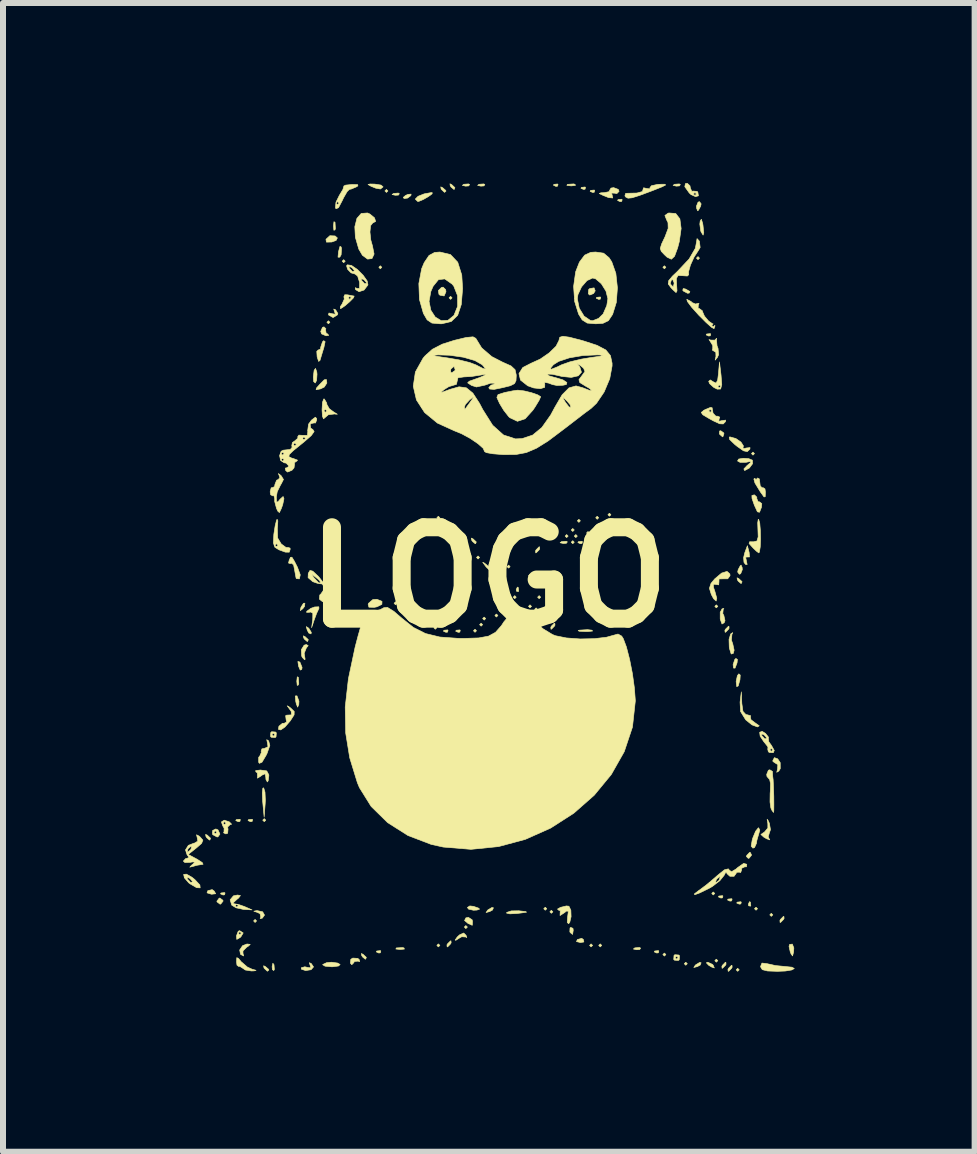
<source format=kicad_pcb>
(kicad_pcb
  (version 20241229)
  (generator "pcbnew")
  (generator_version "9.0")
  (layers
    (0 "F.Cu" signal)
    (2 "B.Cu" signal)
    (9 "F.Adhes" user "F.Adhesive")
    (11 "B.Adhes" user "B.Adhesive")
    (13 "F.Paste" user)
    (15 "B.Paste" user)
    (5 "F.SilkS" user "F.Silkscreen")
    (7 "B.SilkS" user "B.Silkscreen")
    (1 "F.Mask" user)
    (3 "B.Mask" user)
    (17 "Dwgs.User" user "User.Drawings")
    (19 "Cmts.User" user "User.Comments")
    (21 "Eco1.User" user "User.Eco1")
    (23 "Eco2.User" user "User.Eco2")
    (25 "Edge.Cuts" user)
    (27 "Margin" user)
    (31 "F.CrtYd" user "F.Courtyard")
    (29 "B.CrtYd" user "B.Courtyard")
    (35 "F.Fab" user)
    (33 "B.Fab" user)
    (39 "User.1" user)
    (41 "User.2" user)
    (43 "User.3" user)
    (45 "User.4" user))
  (footprint "LOGO"
    (layer "F.Cu")
    (at 5.095 6.571)
    (property "Reference" "LOGO" (at 0 0 0) (layer "F.SilkS") (effects (font (size 1.524 1.524) (thickness 0.3))))
    (attr through_hole)
    (fp_poly (pts (xy -3.869 5.726) (xy -3.894 5.752) (xy -3.919 5.726) (xy -3.894 5.701) (xy -3.869 5.726)) (stroke (width 0.01) (type solid)) (fill yes) (layer "F.SilkS"))
    (fp_poly (pts (xy -3.716 4.047) (xy -3.741 4.072) (xy -3.767 4.047) (xy -3.741 4.021) (xy -3.716 4.047)) (stroke (width 0.01) (type solid)) (fill yes) (layer "F.SilkS"))
    (fp_poly (pts (xy -2.647 -4.25) (xy -2.672 -4.225) (xy -2.698 -4.25) (xy -2.672 -4.276) (xy -2.647 -4.25)) (stroke (width 0.01) (type solid)) (fill yes) (layer "F.SilkS"))
    (fp_poly (pts (xy -2.392 -5.268) (xy -2.418 -5.243) (xy -2.443 -5.268) (xy -2.418 -5.294) (xy -2.392 -5.268)) (stroke (width 0.01) (type solid)) (fill yes) (layer "F.SilkS"))
    (fp_poly (pts (xy -1.782 -5.167) (xy -1.807 -5.141) (xy -1.832 -5.167) (xy -1.807 -5.192) (xy -1.782 -5.167)) (stroke (width 0.01) (type solid)) (fill yes) (layer "F.SilkS"))
    (fp_poly (pts (xy -1.68 -6.439) (xy -1.705 -6.414) (xy -1.731 -6.439) (xy -1.705 -6.465) (xy -1.68 -6.439)) (stroke (width 0.01) (type solid)) (fill yes) (layer "F.SilkS"))
    (fp_poly (pts (xy -1.527 0.433) (xy -1.553 0.458) (xy -1.578 0.433) (xy -1.553 0.407) (xy -1.527 0.433)) (stroke (width 0.01) (type solid)) (fill yes) (layer "F.SilkS"))
    (fp_poly (pts (xy -1.069 0.789) (xy -1.094 0.814) (xy -1.12 0.789) (xy -1.094 0.764) (xy -1.069 0.789)) (stroke (width 0.01) (type solid)) (fill yes) (layer "F.SilkS"))
    (fp_poly (pts (xy -0.916 -0.891) (xy -0.942 -0.865) (xy -0.967 -0.891) (xy -0.942 -0.916) (xy -0.916 -0.891)) (stroke (width 0.01) (type solid)) (fill yes) (layer "F.SilkS"))
    (fp_poly (pts (xy -0.865 0.84) (xy -0.891 0.865) (xy -0.916 0.84) (xy -0.891 0.814) (xy -0.865 0.84)) (stroke (width 0.01) (type solid)) (fill yes) (layer "F.SilkS"))
    (fp_poly (pts (xy -0.814 -0.993) (xy -0.84 -0.967) (xy -0.865 -0.993) (xy -0.84 -1.018) (xy -0.814 -0.993)) (stroke (width 0.01) (type solid)) (fill yes) (layer "F.SilkS"))
    (fp_poly (pts (xy -0.814 6.134) (xy -0.84 6.159) (xy -0.865 6.134) (xy -0.84 6.108) (xy -0.814 6.134)) (stroke (width 0.01) (type solid)) (fill yes) (layer "F.SilkS"))
    (fp_poly (pts (xy -0.611 -4.658) (xy -0.636 -4.632) (xy -0.662 -4.658) (xy -0.636 -4.683) (xy -0.611 -4.658)) (stroke (width 0.01) (type solid)) (fill yes) (layer "F.SilkS"))
    (fp_poly (pts (xy -0.356 5.828) (xy -0.382 5.854) (xy -0.407 5.828) (xy -0.382 5.803) (xy -0.356 5.828)) (stroke (width 0.01) (type solid)) (fill yes) (layer "F.SilkS"))
    (fp_poly (pts (xy -0.204 0.891) (xy -0.229 0.916) (xy -0.255 0.891) (xy -0.229 0.865) (xy -0.204 0.891)) (stroke (width 0.01) (type solid)) (fill yes) (layer "F.SilkS"))
    (fp_poly (pts (xy -0.153 -0.331) (xy -0.178 -0.305) (xy -0.204 -0.331) (xy -0.178 -0.356) (xy -0.153 -0.331)) (stroke (width 0.01) (type solid)) (fill yes) (layer "F.SilkS"))
    (fp_poly (pts (xy -0.102 0.789) (xy -0.127 0.814) (xy -0.153 0.789) (xy -0.127 0.764) (xy -0.102 0.789)) (stroke (width 0.01) (type solid)) (fill yes) (layer "F.SilkS"))
    (fp_poly (pts (xy -0.051 0.687) (xy -0.076 0.713) (xy -0.102 0.687) (xy -0.076 0.662) (xy -0.051 0.687)) (stroke (width 0.01) (type solid)) (fill yes) (layer "F.SilkS"))
    (fp_poly (pts (xy 0.102 -0.331) (xy 0.076 -0.305) (xy 0.051 -0.331) (xy 0.076 -0.356) (xy 0.102 -0.331)) (stroke (width 0.01) (type solid)) (fill yes) (layer "F.SilkS"))
    (fp_poly (pts (xy 0.153 0.127) (xy 0.127 0.153) (xy 0.102 0.127) (xy 0.127 0.102) (xy 0.153 0.127)) (stroke (width 0.01) (type solid)) (fill yes) (layer "F.SilkS"))
    (fp_poly (pts (xy 0.153 0.636) (xy 0.127 0.662) (xy 0.102 0.636) (xy 0.127 0.611) (xy 0.153 0.636)) (stroke (width 0.01) (type solid)) (fill yes) (layer "F.SilkS"))
    (fp_poly (pts (xy 0.204 -0.331) (xy 0.178 -0.305) (xy 0.153 -0.331) (xy 0.178 -0.356) (xy 0.204 -0.331)) (stroke (width 0.01) (type solid)) (fill yes) (layer "F.SilkS"))
    (fp_poly (pts (xy 0.204 -0.127) (xy 0.178 -0.102) (xy 0.153 -0.127) (xy 0.178 -0.153) (xy 0.204 -0.127)) (stroke (width 0.01) (type solid)) (fill yes) (layer "F.SilkS"))
    (fp_poly (pts (xy 0.305 -0.331) (xy 0.28 -0.305) (xy 0.255 -0.331) (xy 0.28 -0.356) (xy 0.305 -0.331)) (stroke (width 0.01) (type solid)) (fill yes) (layer "F.SilkS"))
    (fp_poly (pts (xy 0.356 -0.178) (xy 0.331 -0.153) (xy 0.305 -0.178) (xy 0.331 -0.204) (xy 0.356 -0.178)) (stroke (width 0.01) (type solid)) (fill yes) (layer "F.SilkS"))
    (fp_poly (pts (xy 0.458 0.331) (xy 0.433 0.356) (xy 0.407 0.331) (xy 0.433 0.305) (xy 0.458 0.331)) (stroke (width 0.01) (type solid)) (fill yes) (layer "F.SilkS"))
    (fp_poly (pts (xy 0.713 -0.025) (xy 0.687 0) (xy 0.662 -0.025) (xy 0.687 -0.051) (xy 0.713 -0.025)) (stroke (width 0.01) (type solid)) (fill yes) (layer "F.SilkS"))
    (fp_poly (pts (xy 0.713 0.484) (xy 0.687 0.509) (xy 0.662 0.484) (xy 0.687 0.458) (xy 0.713 0.484)) (stroke (width 0.01) (type solid)) (fill yes) (layer "F.SilkS"))
    (fp_poly (pts (xy 0.814 0.534) (xy 0.789 0.56) (xy 0.764 0.534) (xy 0.789 0.509) (xy 0.814 0.534)) (stroke (width 0.01) (type solid)) (fill yes) (layer "F.SilkS"))
    (fp_poly (pts (xy 0.865 0.331) (xy 0.84 0.356) (xy 0.814 0.331) (xy 0.84 0.305) (xy 0.865 0.331)) (stroke (width 0.01) (type solid)) (fill yes) (layer "F.SilkS"))
    (fp_poly (pts (xy 0.967 5.523) (xy 0.942 5.548) (xy 0.916 5.523) (xy 0.942 5.497) (xy 0.967 5.523)) (stroke (width 0.01) (type solid)) (fill yes) (layer "F.SilkS"))
    (fp_poly (pts (xy 1.069 0.687) (xy 1.043 0.713) (xy 1.018 0.687) (xy 1.043 0.662) (xy 1.069 0.687)) (stroke (width 0.01) (type solid)) (fill yes) (layer "F.SilkS"))
    (fp_poly (pts (xy 1.069 5.574) (xy 1.043 5.599) (xy 1.018 5.574) (xy 1.043 5.548) (xy 1.069 5.574)) (stroke (width 0.01) (type solid)) (fill yes) (layer "F.SilkS"))
    (fp_poly (pts (xy 1.323 -0.687) (xy 1.298 -0.662) (xy 1.273 -0.687) (xy 1.298 -0.713) (xy 1.323 -0.687)) (stroke (width 0.01) (type solid)) (fill yes) (layer "F.SilkS"))
    (fp_poly (pts (xy 1.425 -0.789) (xy 1.4 -0.764) (xy 1.374 -0.789) (xy 1.4 -0.814) (xy 1.425 -0.789)) (stroke (width 0.01) (type solid)) (fill yes) (layer "F.SilkS"))
    (fp_poly (pts (xy 1.425 -0.585) (xy 1.4 -0.56) (xy 1.374 -0.585) (xy 1.4 -0.611) (xy 1.425 -0.585)) (stroke (width 0.01) (type solid)) (fill yes) (layer "F.SilkS"))
    (fp_poly (pts (xy 1.476 -0.687) (xy 1.451 -0.662) (xy 1.425 -0.687) (xy 1.451 -0.713) (xy 1.476 -0.687)) (stroke (width 0.01) (type solid)) (fill yes) (layer "F.SilkS"))
    (fp_poly (pts (xy 1.527 -0.942) (xy 1.502 -0.916) (xy 1.476 -0.942) (xy 1.502 -0.967) (xy 1.527 -0.942)) (stroke (width 0.01) (type solid)) (fill yes) (layer "F.SilkS"))
    (fp_poly (pts (xy 1.68 -0.738) (xy 1.654 -0.713) (xy 1.629 -0.738) (xy 1.654 -0.764) (xy 1.68 -0.738)) (stroke (width 0.01) (type solid)) (fill yes) (layer "F.SilkS"))
    (fp_poly (pts (xy 1.68 -0.636) (xy 1.654 -0.611) (xy 1.629 -0.636) (xy 1.654 -0.662) (xy 1.68 -0.636)) (stroke (width 0.01) (type solid)) (fill yes) (layer "F.SilkS"))
    (fp_poly (pts (xy 1.731 6.134) (xy 1.705 6.159) (xy 1.68 6.134) (xy 1.705 6.108) (xy 1.731 6.134)) (stroke (width 0.01) (type solid)) (fill yes) (layer "F.SilkS"))
    (fp_poly (pts (xy 1.782 -0.687) (xy 1.756 -0.662) (xy 1.731 -0.687) (xy 1.756 -0.713) (xy 1.782 -0.687)) (stroke (width 0.01) (type solid)) (fill yes) (layer "F.SilkS"))
    (fp_poly (pts (xy 1.832 -0.993) (xy 1.807 -0.967) (xy 1.782 -0.993) (xy 1.807 -1.018) (xy 1.832 -0.993)) (stroke (width 0.01) (type solid)) (fill yes) (layer "F.SilkS"))
    (fp_poly (pts (xy 1.883 6.134) (xy 1.858 6.159) (xy 1.832 6.134) (xy 1.858 6.108) (xy 1.883 6.134)) (stroke (width 0.01) (type solid)) (fill yes) (layer "F.SilkS"))
    (fp_poly (pts (xy 2.036 -1.043) (xy 2.011 -1.018) (xy 1.985 -1.043) (xy 2.011 -1.069) (xy 2.036 -1.043)) (stroke (width 0.01) (type solid)) (fill yes) (layer "F.SilkS"))
    (fp_poly (pts (xy 2.138 0.738) (xy 2.112 0.764) (xy 2.087 0.738) (xy 2.112 0.713) (xy 2.138 0.738)) (stroke (width 0.01) (type solid)) (fill yes) (layer "F.SilkS"))
    (fp_poly (pts (xy 2.545 0.433) (xy 2.52 0.458) (xy 2.494 0.433) (xy 2.52 0.407) (xy 2.545 0.433)) (stroke (width 0.01) (type solid)) (fill yes) (layer "F.SilkS"))
    (fp_poly (pts (xy 2.596 0.534) (xy 2.571 0.56) (xy 2.545 0.534) (xy 2.571 0.509) (xy 2.596 0.534)) (stroke (width 0.01) (type solid)) (fill yes) (layer "F.SilkS"))
    (fp_poly (pts (xy 2.647 0.433) (xy 2.621 0.458) (xy 2.596 0.433) (xy 2.621 0.407) (xy 2.647 0.433)) (stroke (width 0.01) (type solid)) (fill yes) (layer "F.SilkS"))
    (fp_poly (pts (xy 2.952 -5.167) (xy 2.927 -5.141) (xy 2.901 -5.167) (xy 2.927 -5.192) (xy 2.952 -5.167)) (stroke (width 0.01) (type solid)) (fill yes) (layer "F.SilkS"))
    (fp_poly (pts (xy 2.952 6.286) (xy 2.927 6.312) (xy 2.901 6.286) (xy 2.927 6.261) (xy 2.952 6.286)) (stroke (width 0.01) (type solid)) (fill yes) (layer "F.SilkS"))
    (fp_poly (pts (xy 3.309 6.439) (xy 3.283 6.465) (xy 3.258 6.439) (xy 3.283 6.414) (xy 3.309 6.439)) (stroke (width 0.01) (type solid)) (fill yes) (layer "F.SilkS"))
    (fp_poly (pts (xy 3.512 -5.319) (xy 3.487 -5.294) (xy 3.461 -5.319) (xy 3.487 -5.345) (xy 3.512 -5.319)) (stroke (width 0.01) (type solid)) (fill yes) (layer "F.SilkS"))
    (fp_poly (pts (xy 3.767 5.268) (xy 3.741 5.294) (xy 3.716 5.268) (xy 3.741 5.243) (xy 3.767 5.268)) (stroke (width 0.01) (type solid)) (fill yes) (layer "F.SilkS"))
    (fp_poly (pts (xy 3.818 0.484) (xy 3.792 0.509) (xy 3.767 0.484) (xy 3.792 0.458) (xy 3.818 0.484)) (stroke (width 0.01) (type solid)) (fill yes) (layer "F.SilkS"))
    (fp_poly (pts (xy 3.818 6.388) (xy 3.792 6.414) (xy 3.767 6.388) (xy 3.792 6.363) (xy 3.818 6.388)) (stroke (width 0.01) (type solid)) (fill yes) (layer "F.SilkS"))
    (fp_poly (pts (xy 4.174 6.541) (xy 4.148 6.566) (xy 4.123 6.541) (xy 4.148 6.515) (xy 4.174 6.541)) (stroke (width 0.01) (type solid)) (fill yes) (layer "F.SilkS"))
    (fp_poly (pts (xy 4.428 -2.062) (xy 4.403 -2.036) (xy 4.378 -2.062) (xy 4.403 -2.087) (xy 4.428 -2.062)) (stroke (width 0.01) (type solid)) (fill yes) (layer "F.SilkS"))
    (fp_poly (pts (xy 4.479 5.523) (xy 4.454 5.548) (xy 4.428 5.523) (xy 4.454 5.497) (xy 4.479 5.523)) (stroke (width 0.01) (type solid)) (fill yes) (layer "F.SilkS"))
    (fp_poly (pts (xy 4.734 5.625) (xy 4.708 5.65) (xy 4.683 5.625) (xy 4.708 5.599) (xy 4.734 5.625)) (stroke (width 0.01) (type solid)) (fill yes) (layer "F.SilkS"))
    (fp_poly (pts (xy -4.395 5.26) (xy -4.402 5.29) (xy -4.428 5.294) (xy -4.47 5.275) (xy -4.462 5.26) (xy -4.402 5.254) (xy -4.395 5.26)) (stroke (width 0.01) (type solid)) (fill yes) (layer "F.SilkS"))
    (fp_poly (pts (xy -4.14 4.038) (xy -4.147 4.068) (xy -4.174 4.072) (xy -4.216 4.054) (xy -4.208 4.038) (xy -4.147 4.032) (xy -4.14 4.038)) (stroke (width 0.01) (type solid)) (fill yes) (layer "F.SilkS"))
    (fp_poly (pts (xy -3.936 4.038) (xy -3.943 4.068) (xy -3.97 4.072) (xy -4.012 4.054) (xy -4.004 4.038) (xy -3.944 4.032) (xy -3.936 4.038)) (stroke (width 0.01) (type solid)) (fill yes) (layer "F.SilkS"))
    (fp_poly (pts (xy -3.579 6.455) (xy -3.573 6.535) (xy -3.583 6.553) (xy -3.606 6.537) (xy -3.61 6.486) (xy -3.598 6.431) (xy -3.579 6.455)) (stroke (width 0.01) (type solid)) (fill yes) (layer "F.SilkS"))
    (fp_poly (pts (xy -3.173 1.667) (xy -3.166 1.771) (xy -3.173 1.794) (xy -3.192 1.801) (xy -3.199 1.731) (xy -3.191 1.658) (xy -3.173 1.667)) (stroke (width 0.01) (type solid)) (fill yes) (layer "F.SilkS"))
    (fp_poly (pts (xy -2.562 -5.917) (xy -2.556 -5.813) (xy -2.562 -5.79) (xy -2.581 -5.784) (xy -2.588 -5.854) (xy -2.58 -5.926) (xy -2.562 -5.917)) (stroke (width 0.01) (type solid)) (fill yes) (layer "F.SilkS"))
    (fp_poly (pts (xy -1.799 6.227) (xy -1.806 6.257) (xy -1.832 6.261) (xy -1.874 6.242) (xy -1.866 6.227) (xy -1.806 6.221) (xy -1.799 6.227)) (stroke (width 0.01) (type solid)) (fill yes) (layer "F.SilkS"))
    (fp_poly (pts (xy -1.49 -6.393) (xy -1.505 -6.37) (xy -1.557 -6.367) (xy -1.611 -6.379) (xy -1.587 -6.397) (xy -1.508 -6.404) (xy -1.49 -6.393)) (stroke (width 0.01) (type solid)) (fill yes) (layer "F.SilkS"))
    (fp_poly (pts (xy -1.413 6.176) (xy -1.406 6.195) (xy -1.476 6.202) (xy -1.548 6.194) (xy -1.54 6.176) (xy -1.436 6.17) (xy -1.413 6.176)) (stroke (width 0.01) (type solid)) (fill yes) (layer "F.SilkS"))
    (fp_poly (pts (xy -0.679 0.882) (xy -0.686 0.913) (xy -0.713 0.916) (xy -0.755 0.898) (xy -0.747 0.882) (xy -0.686 0.876) (xy -0.679 0.882)) (stroke (width 0.01) (type solid)) (fill yes) (layer "F.SilkS"))
    (fp_poly (pts (xy -0.475 0.882) (xy -0.482 0.913) (xy -0.509 0.916) (xy -0.551 0.898) (xy -0.543 0.882) (xy -0.483 0.876) (xy -0.475 0.882)) (stroke (width 0.01) (type solid)) (fill yes) (layer "F.SilkS"))
    (fp_poly (pts (xy -0.472 -0.591) (xy -0.487 -0.568) (xy -0.539 -0.564) (xy -0.593 -0.576) (xy -0.569 -0.595) (xy -0.49 -0.601) (xy -0.472 -0.591)) (stroke (width 0.01) (type solid)) (fill yes) (layer "F.SilkS"))
    (fp_poly (pts (xy -0.319 -6.546) (xy -0.334 -6.523) (xy -0.386 -6.519) (xy -0.44 -6.532) (xy -0.417 -6.55) (xy -0.337 -6.556) (xy -0.319 -6.546)) (stroke (width 0.01) (type solid)) (fill yes) (layer "F.SilkS"))
    (fp_poly (pts (xy -0.065 -6.546) (xy -0.08 -6.523) (xy -0.131 -6.519) (xy -0.186 -6.532) (xy -0.162 -6.55) (xy -0.083 -6.556) (xy -0.065 -6.546)) (stroke (width 0.01) (type solid)) (fill yes) (layer "F.SilkS"))
    (fp_poly (pts (xy 0.492 0.17) (xy 0.498 0.23) (xy 0.492 0.238) (xy 0.462 0.231) (xy 0.458 0.204) (xy 0.477 0.162) (xy 0.492 0.17)) (stroke (width 0.01) (type solid)) (fill yes) (layer "F.SilkS"))
    (fp_poly (pts (xy 1.154 -6.549) (xy 1.147 -6.519) (xy 1.12 -6.515) (xy 1.078 -6.534) (xy 1.086 -6.549) (xy 1.146 -6.555) (xy 1.154 -6.549)) (stroke (width 0.01) (type solid)) (fill yes) (layer "F.SilkS"))
    (fp_poly (pts (xy 1.31 -0.591) (xy 1.294 -0.568) (xy 1.243 -0.564) (xy 1.189 -0.576) (xy 1.212 -0.595) (xy 1.292 -0.601) (xy 1.31 -0.591)) (stroke (width 0.01) (type solid)) (fill yes) (layer "F.SilkS"))
    (fp_poly (pts (xy 1.438 -6.549) (xy 1.444 -6.531) (xy 1.374 -6.523) (xy 1.302 -6.531) (xy 1.311 -6.549) (xy 1.415 -6.556) (xy 1.438 -6.549)) (stroke (width 0.01) (type solid)) (fill yes) (layer "F.SilkS"))
    (fp_poly (pts (xy 1.561 -0.594) (xy 1.554 -0.564) (xy 1.527 -0.56) (xy 1.485 -0.579) (xy 1.493 -0.594) (xy 1.554 -0.6) (xy 1.561 -0.594)) (stroke (width 0.01) (type solid)) (fill yes) (layer "F.SilkS"))
    (fp_poly (pts (xy 1.577 6.036) (xy 1.585 6.077) (xy 1.527 6.086) (xy 1.462 6.07) (xy 1.477 6.036) (xy 1.549 6.016) (xy 1.577 6.036)) (stroke (width 0.01) (type solid)) (fill yes) (layer "F.SilkS"))
    (fp_poly (pts (xy 1.612 -6.498) (xy 1.605 -6.468) (xy 1.578 -6.465) (xy 1.536 -6.483) (xy 1.544 -6.498) (xy 1.604 -6.505) (xy 1.612 -6.498)) (stroke (width 0.01) (type solid)) (fill yes) (layer "F.SilkS"))
    (fp_poly (pts (xy 1.765 -6.448) (xy 1.758 -6.417) (xy 1.731 -6.414) (xy 1.689 -6.432) (xy 1.697 -6.448) (xy 1.757 -6.454) (xy 1.765 -6.448)) (stroke (width 0.01) (type solid)) (fill yes) (layer "F.SilkS"))
    (fp_poly (pts (xy 1.866 -4.666) (xy 1.859 -4.636) (xy 1.832 -4.632) (xy 1.791 -4.651) (xy 1.799 -4.666) (xy 1.859 -4.672) (xy 1.866 -4.666)) (stroke (width 0.01) (type solid)) (fill yes) (layer "F.SilkS"))
    (fp_poly (pts (xy 2.223 -6.295) (xy 2.216 -6.265) (xy 2.189 -6.261) (xy 2.147 -6.28) (xy 2.155 -6.295) (xy 2.215 -6.301) (xy 2.223 -6.295)) (stroke (width 0.01) (type solid)) (fill yes) (layer "F.SilkS"))
    (fp_poly (pts (xy 2.531 6.179) (xy 2.516 6.202) (xy 2.464 6.206) (xy 2.41 6.194) (xy 2.434 6.175) (xy 2.513 6.169) (xy 2.531 6.179)) (stroke (width 0.01) (type solid)) (fill yes) (layer "F.SilkS"))
    (fp_poly (pts (xy 2.834 6.227) (xy 2.827 6.257) (xy 2.8 6.261) (xy 2.758 6.242) (xy 2.766 6.227) (xy 2.826 6.221) (xy 2.834 6.227)) (stroke (width 0.01) (type solid)) (fill yes) (layer "F.SilkS"))
    (fp_poly (pts (xy 3.193 -6.546) (xy 3.178 -6.523) (xy 3.126 -6.519) (xy 3.072 -6.532) (xy 3.095 -6.55) (xy 3.175 -6.556) (xy 3.193 -6.546)) (stroke (width 0.01) (type solid)) (fill yes) (layer "F.SilkS"))
    (fp_poly (pts (xy 3.699 -4.055) (xy 3.692 -4.025) (xy 3.665 -4.021) (xy 3.623 -4.04) (xy 3.631 -4.055) (xy 3.691 -4.061) (xy 3.699 -4.055)) (stroke (width 0.01) (type solid)) (fill yes) (layer "F.SilkS"))
    (fp_poly (pts (xy 3.902 5.311) (xy 3.895 5.341) (xy 3.869 5.345) (xy 3.827 5.326) (xy 3.835 5.311) (xy 3.895 5.305) (xy 3.902 5.311)) (stroke (width 0.01) (type solid)) (fill yes) (layer "F.SilkS"))
    (fp_poly (pts (xy 4.055 5.362) (xy 4.048 5.392) (xy 4.021 5.396) (xy 3.979 5.377) (xy 3.987 5.362) (xy 4.048 5.356) (xy 4.055 5.362)) (stroke (width 0.01) (type solid)) (fill yes) (layer "F.SilkS"))
    (fp_poly (pts (xy 4.208 5.413) (xy 4.201 5.443) (xy 4.174 5.446) (xy 4.132 5.428) (xy 4.14 5.413) (xy 4.2 5.406) (xy 4.208 5.413)) (stroke (width 0.01) (type solid)) (fill yes) (layer "F.SilkS"))
    (fp_poly (pts (xy 4.361 5.413) (xy 4.367 5.473) (xy 4.361 5.48) (xy 4.33 5.473) (xy 4.327 5.446) (xy 4.345 5.405) (xy 4.361 5.413)) (stroke (width 0.01) (type solid)) (fill yes) (layer "F.SilkS"))
    (fp_poly (pts (xy -4.691 4.296) (xy -4.636 4.348) (xy -4.647 4.377) (xy -4.655 4.378) (xy -4.698 4.341) (xy -4.713 4.319) (xy -4.719 4.284) (xy -4.691 4.296)) (stroke (width 0.01) (type solid)) (fill yes) (layer "F.SilkS"))
    (fp_poly (pts (xy -4.574 5.23) (xy -4.551 5.273) (xy -4.617 5.281) (xy -4.624 5.28) (xy -4.695 5.258) (xy -4.682 5.222) (xy -4.609 5.204) (xy -4.574 5.23)) (stroke (width 0.01) (type solid)) (fill yes) (layer "F.SilkS"))
    (fp_poly (pts (xy -3.724 6.485) (xy -3.669 6.532) (xy -3.665 6.544) (xy -3.689 6.565) (xy -3.739 6.518) (xy -3.746 6.508) (xy -3.752 6.473) (xy -3.724 6.485)) (stroke (width 0.01) (type solid)) (fill yes) (layer "F.SilkS"))
    (fp_poly (pts (xy -3.15 1.411) (xy -3.147 1.413) (xy -3.111 1.501) (xy -3.116 1.534) (xy -3.142 1.546) (xy -3.17 1.48) (xy -3.181 1.402) (xy -3.15 1.411)) (stroke (width 0.01) (type solid)) (fill yes) (layer "F.SilkS"))
    (fp_poly (pts (xy -3.07 0.485) (xy -3.099 0.523) (xy -3.141 0.555) (xy -3.131 0.504) (xy -3.127 0.494) (xy -3.087 0.432) (xy -3.064 0.431) (xy -3.07 0.485)) (stroke (width 0.01) (type solid)) (fill yes) (layer "F.SilkS"))
    (fp_poly (pts (xy -3.062 0.988) (xy -3.007 1.039) (xy -3.019 1.068) (xy -3.026 1.069) (xy -3.069 1.033) (xy -3.084 1.01) (xy -3.09 0.975) (xy -3.062 0.988)) (stroke (width 0.01) (type solid)) (fill yes) (layer "F.SilkS"))
    (fp_poly (pts (xy -3.004 0.845) (xy -2.997 0.852) (xy -2.957 0.918) (xy -2.962 0.943) (xy -3 0.928) (xy -3.025 0.88) (xy -3.041 0.821) (xy -3.004 0.845)) (stroke (width 0.01) (type solid)) (fill yes) (layer "F.SilkS"))
    (fp_poly (pts (xy -2.561 -5.689) (xy -2.523 -5.656) (xy -2.544 -5.614) (xy -2.617 -5.588) (xy -2.705 -5.586) (xy -2.713 -5.633) (xy -2.648 -5.693) (xy -2.561 -5.689)) (stroke (width 0.01) (type solid)) (fill yes) (layer "F.SilkS"))
    (fp_poly (pts (xy -2.095 6.282) (xy -2.04 6.333) (xy -2.051 6.362) (xy -2.059 6.363) (xy -2.102 6.327) (xy -2.117 6.304) (xy -2.123 6.269) (xy -2.095 6.282)) (stroke (width 0.01) (type solid)) (fill yes) (layer "F.SilkS"))
    (fp_poly (pts (xy -1.298 -6.362) (xy -1.353 -6.32) (xy -1.411 -6.313) (xy -1.425 -6.332) (xy -1.385 -6.365) (xy -1.346 -6.382) (xy -1.294 -6.386) (xy -1.298 -6.362)) (stroke (width 0.01) (type solid)) (fill yes) (layer "F.SilkS"))
    (fp_poly (pts (xy -0.771 -6.495) (xy -0.717 -6.448) (xy -0.713 -6.436) (xy -0.737 -6.415) (xy -0.787 -6.462) (xy -0.794 -6.472) (xy -0.8 -6.507) (xy -0.771 -6.495)) (stroke (width 0.01) (type solid)) (fill yes) (layer "F.SilkS"))
    (fp_poly (pts (xy -0.619 -6.546) (xy -0.564 -6.494) (xy -0.575 -6.465) (xy -0.582 -6.465) (xy -0.625 -6.501) (xy -0.641 -6.523) (xy -0.647 -6.558) (xy -0.619 -6.546)) (stroke (width 0.01) (type solid)) (fill yes) (layer "F.SilkS"))
    (fp_poly (pts (xy -0.262 -0.641) (xy -0.208 -0.59) (xy -0.219 -0.56) (xy -0.226 -0.56) (xy -0.269 -0.596) (xy -0.285 -0.619) (xy -0.291 -0.654) (xy -0.262 -0.641)) (stroke (width 0.01) (type solid)) (fill yes) (layer "F.SilkS"))
    (fp_poly (pts (xy 0.078 5.507) (xy 0.062 5.545) (xy 0.015 5.57) (xy -0.045 5.586) (xy -0.02 5.549) (xy -0.014 5.542) (xy 0.053 5.502) (xy 0.078 5.507)) (stroke (width 0.01) (type solid)) (fill yes) (layer "F.SilkS"))
    (fp_poly (pts (xy 1.403 5.849) (xy 1.408 5.881) (xy 1.397 5.951) (xy 1.36 5.922) (xy 1.351 5.908) (xy 1.354 5.844) (xy 1.365 5.834) (xy 1.403 5.849)) (stroke (width 0.01) (type solid)) (fill yes) (layer "F.SilkS"))
    (fp_poly (pts (xy 1.774 -4.774) (xy 1.746 -4.729) (xy 1.682 -4.704) (xy 1.659 -4.726) (xy 1.664 -4.795) (xy 1.682 -4.812) (xy 1.755 -4.824) (xy 1.774 -4.774)) (stroke (width 0.01) (type solid)) (fill yes) (layer "F.SilkS"))
    (fp_poly (pts (xy 3.281 -4.804) (xy 3.352 -4.763) (xy 3.34 -4.737) (xy 3.312 -4.734) (xy 3.243 -4.771) (xy 3.233 -4.784) (xy 3.241 -4.813) (xy 3.281 -4.804)) (stroke (width 0.01) (type solid)) (fill yes) (layer "F.SilkS"))
    (fp_poly (pts (xy 3.539 6.423) (xy 3.524 6.461) (xy 3.476 6.487) (xy 3.417 6.502) (xy 3.441 6.465) (xy 3.448 6.458) (xy 3.514 6.418) (xy 3.539 6.423)) (stroke (width 0.01) (type solid)) (fill yes) (layer "F.SilkS"))
    (fp_poly (pts (xy 3.73 6.451) (xy 3.741 6.465) (xy 3.759 6.51) (xy 3.711 6.493) (xy 3.665 6.465) (xy 3.626 6.424) (xy 3.649 6.414) (xy 3.73 6.451)) (stroke (width 0.01) (type solid)) (fill yes) (layer "F.SilkS"))
    (fp_poly (pts (xy 4.144 1.368) (xy 4.138 1.425) (xy 4.104 1.513) (xy 4.079 1.512) (xy 4.072 1.454) (xy 4.1 1.369) (xy 4.118 1.352) (xy 4.144 1.368)) (stroke (width 0.01) (type solid)) (fill yes) (layer "F.SilkS"))
    (fp_poly (pts (xy 4.166 0.021) (xy 4.221 0.072) (xy 4.21 0.101) (xy 4.202 0.102) (xy 4.159 0.066) (xy 4.144 0.043) (xy 4.138 0.008) (xy 4.166 0.021)) (stroke (width 0.01) (type solid)) (fill yes) (layer "F.SilkS"))
    (fp_poly (pts (xy -4.43 5.383) (xy -4.428 5.396) (xy -4.467 5.445) (xy -4.479 5.446) (xy -4.529 5.408) (xy -4.53 5.396) (xy -4.492 5.346) (xy -4.479 5.345) (xy -4.43 5.383)) (stroke (width 0.01) (type solid)) (fill yes) (layer "F.SilkS"))
    (fp_poly (pts (xy -3.729 3.58) (xy -3.723 3.713) (xy -3.726 3.773) (xy -3.743 3.996) (xy -3.768 3.731) (xy -3.774 3.592) (xy -3.765 3.514) (xy -3.751 3.508) (xy -3.729 3.58)) (stroke (width 0.01) (type solid)) (fill yes) (layer "F.SilkS"))
    (fp_poly (pts (xy -3.196 1.976) (xy -3.163 2.063) (xy -3.166 2.12) (xy -3.185 2.163) (xy -3.206 2.112) (xy -3.216 2.07) (xy -3.225 1.977) (xy -3.197 1.975) (xy -3.196 1.976)) (stroke (width 0.01) (type solid)) (fill yes) (layer "F.SilkS"))
    (fp_poly (pts (xy -2.866 -3.423) (xy -2.862 -3.385) (xy -2.869 -3.282) (xy -2.891 -3.239) (xy -2.918 -3.262) (xy -2.924 -3.338) (xy -2.91 -3.45) (xy -2.887 -3.482) (xy -2.866 -3.423)) (stroke (width 0.01) (type solid)) (fill yes) (layer "F.SilkS"))
    (fp_poly (pts (xy -2.698 -3.238) (xy -2.741 -3.171) (xy -2.804 -3.14) (xy -2.877 -3.126) (xy -2.871 -3.154) (xy -2.822 -3.21) (xy -2.741 -3.292) (xy -2.705 -3.296) (xy -2.698 -3.238)) (stroke (width 0.01) (type solid)) (fill yes) (layer "F.SilkS"))
    (fp_poly (pts (xy -2.46 -5.505) (xy -2.454 -5.479) (xy -2.46 -5.375) (xy -2.483 -5.335) (xy -2.512 -5.335) (xy -2.504 -5.426) (xy -2.503 -5.43) (xy -2.479 -5.516) (xy -2.46 -5.505)) (stroke (width 0.01) (type solid)) (fill yes) (layer "F.SilkS"))
    (fp_poly (pts (xy -0.718 -4.794) (xy -0.713 -4.759) (xy -0.744 -4.689) (xy -0.814 -4.702) (xy -0.83 -4.716) (xy -0.84 -4.779) (xy -0.789 -4.83) (xy -0.761 -4.836) (xy -0.718 -4.794)) (stroke (width 0.01) (type solid)) (fill yes) (layer "F.SilkS"))
    (fp_poly (pts (xy -0.627 6.09) (xy -0.636 6.108) (xy -0.684 6.157) (xy -0.693 6.159) (xy -0.697 6.126) (xy -0.687 6.108) (xy -0.639 6.06) (xy -0.63 6.057) (xy -0.627 6.09)) (stroke (width 0.01) (type solid)) (fill yes) (layer "F.SilkS"))
    (fp_poly (pts (xy -0.255 5.483) (xy -0.172 5.512) (xy -0.153 5.529) (xy -0.196 5.545) (xy -0.255 5.548) (xy -0.337 5.529) (xy -0.356 5.502) (xy -0.316 5.476) (xy -0.255 5.483)) (stroke (width 0.01) (type solid)) (fill yes) (layer "F.SilkS"))
    (fp_poly (pts (xy -0.075 -0.239) (xy -0.038 -0.21) (xy 0.032 -0.147) (xy 0.051 -0.121) (xy 0.026 -0.106) (xy -0.042 -0.171) (xy -0.057 -0.191) (xy -0.101 -0.251) (xy -0.075 -0.239)) (stroke (width 0.01) (type solid)) (fill yes) (layer "F.SilkS"))
    (fp_poly (pts (xy 0.849 -0.476) (xy 0.84 -0.458) (xy 0.792 -0.41) (xy 0.783 -0.407) (xy 0.779 -0.44) (xy 0.789 -0.458) (xy 0.837 -0.507) (xy 0.846 -0.509) (xy 0.849 -0.476)) (stroke (width 0.01) (type solid)) (fill yes) (layer "F.SilkS"))
    (fp_poly (pts (xy 1.104 0.796) (xy 1.094 0.814) (xy 1.046 0.863) (xy 1.037 0.865) (xy 1.034 0.832) (xy 1.043 0.814) (xy 1.091 0.766) (xy 1.1 0.764) (xy 1.104 0.796)) (stroke (width 0.01) (type solid)) (fill yes) (layer "F.SilkS"))
    (fp_poly (pts (xy 1.719 0.881) (xy 1.73 0.895) (xy 1.657 0.903) (xy 1.603 0.903) (xy 1.505 0.898) (xy 1.49 0.887) (xy 1.515 0.88) (xy 1.648 0.872) (xy 1.719 0.881)) (stroke (width 0.01) (type solid)) (fill yes) (layer "F.SilkS"))
    (fp_poly (pts (xy 1.918 -0.883) (xy 1.909 -0.865) (xy 1.861 -0.817) (xy 1.852 -0.814) (xy 1.848 -0.847) (xy 1.858 -0.865) (xy 1.906 -0.914) (xy 1.915 -0.916) (xy 1.918 -0.883)) (stroke (width 0.01) (type solid)) (fill yes) (layer "F.SilkS"))
    (fp_poly (pts (xy 2.376 0.593) (xy 2.367 0.611) (xy 2.319 0.659) (xy 2.31 0.662) (xy 2.307 0.629) (xy 2.316 0.611) (xy 2.364 0.562) (xy 2.373 0.56) (xy 2.376 0.593)) (stroke (width 0.01) (type solid)) (fill yes) (layer "F.SilkS"))
    (fp_poly (pts (xy 3.539 -6.224) (xy 3.531 -6.185) (xy 3.495 -6.118) (xy 3.481 -6.108) (xy 3.464 -6.15) (xy 3.461 -6.185) (xy 3.488 -6.252) (xy 3.511 -6.261) (xy 3.539 -6.224)) (stroke (width 0.01) (type solid)) (fill yes) (layer "F.SilkS"))
    (fp_poly (pts (xy 3.917 -2.406) (xy 3.919 -2.392) (xy 3.902 -2.343) (xy 3.897 -2.341) (xy 3.854 -2.377) (xy 3.843 -2.392) (xy 3.847 -2.439) (xy 3.866 -2.443) (xy 3.917 -2.406)) (stroke (width 0.01) (type solid)) (fill yes) (layer "F.SilkS"))
    (fp_poly (pts (xy 3.954 6.447) (xy 3.945 6.465) (xy 3.897 6.513) (xy 3.888 6.515) (xy 3.885 6.483) (xy 3.894 6.465) (xy 3.942 6.416) (xy 3.951 6.414) (xy 3.954 6.447)) (stroke (width 0.01) (type solid)) (fill yes) (layer "F.SilkS"))
    (fp_poly (pts (xy 4.005 0.847) (xy 3.996 0.865) (xy 3.948 0.914) (xy 3.939 0.916) (xy 3.935 0.883) (xy 3.945 0.865) (xy 3.993 0.817) (xy 4.002 0.814) (xy 4.005 0.847)) (stroke (width 0.01) (type solid)) (fill yes) (layer "F.SilkS"))
    (fp_poly (pts (xy 4.056 6.497) (xy 4.047 6.515) (xy 3.999 6.564) (xy 3.99 6.566) (xy 3.986 6.533) (xy 3.996 6.515) (xy 4.044 6.467) (xy 4.053 6.465) (xy 4.056 6.497)) (stroke (width 0.01) (type solid)) (fill yes) (layer "F.SilkS"))
    (fp_poly (pts (xy 4.191 1.629) (xy 4.186 1.707) (xy 4.157 1.81) (xy 4.133 1.822) (xy 4.123 1.739) (xy 4.123 1.734) (xy 4.143 1.639) (xy 4.167 1.608) (xy 4.191 1.629)) (stroke (width 0.01) (type solid)) (fill yes) (layer "F.SilkS"))
    (fp_poly (pts (xy 4.223 -0.162) (xy 4.225 -0.127) (xy 4.198 -0.06) (xy 4.176 -0.051) (xy 4.148 -0.088) (xy 4.156 -0.127) (xy 4.192 -0.194) (xy 4.205 -0.204) (xy 4.223 -0.162)) (stroke (width 0.01) (type solid)) (fill yes) (layer "F.SilkS"))
    (fp_poly (pts (xy 4.377 4.621) (xy 4.378 4.632) (xy 4.338 4.681) (xy 4.324 4.683) (xy 4.293 4.652) (xy 4.301 4.632) (xy 4.347 4.584) (xy 4.355 4.581) (xy 4.377 4.621)) (stroke (width 0.01) (type solid)) (fill yes) (layer "F.SilkS"))
    (fp_poly (pts (xy 4.922 5.683) (xy 4.912 5.701) (xy 4.864 5.75) (xy 4.855 5.752) (xy 4.852 5.719) (xy 4.861 5.701) (xy 4.909 5.652) (xy 4.918 5.65) (xy 4.922 5.683)) (stroke (width 0.01) (type solid)) (fill yes) (layer "F.SilkS"))
    (fp_poly (pts (xy 5.084 6.176) (xy 5.08 6.244) (xy 5.063 6.309) (xy 5.039 6.279) (xy 5.024 6.241) (xy 5.004 6.151) (xy 5.013 6.118) (xy 5.059 6.112) (xy 5.084 6.176)) (stroke (width 0.01) (type solid)) (fill yes) (layer "F.SilkS"))
    (fp_poly (pts (xy -1.9 -6.553) (xy -1.796 -6.537) (xy -1.761 -6.508) (xy -1.763 -6.505) (xy -1.805 -6.471) (xy -1.883 -6.485) (xy -1.96 -6.516) (xy -2.012 -6.546) (xy -1.979 -6.555) (xy -1.9 -6.553)) (stroke (width 0.01) (type solid)) (fill yes) (layer "F.SilkS"))
    (fp_poly (pts (xy -1.779 0.4) (xy -1.781 0.45) (xy -1.862 0.491) (xy -1.907 0.5) (xy -1.997 0.498) (xy -2.01 0.452) (xy -2.004 0.433) (xy -1.932 0.371) (xy -1.864 0.366) (xy -1.779 0.4)) (stroke (width 0.01) (type solid)) (fill yes) (layer "F.SilkS"))
    (fp_poly (pts (xy -0.277 5.707) (xy -0.271 5.735) (xy -0.274 5.795) (xy -0.276 5.799) (xy -0.318 5.779) (xy -0.344 5.769) (xy -0.403 5.719) (xy -0.381 5.675) (xy -0.339 5.667) (xy -0.277 5.707)) (stroke (width 0.01) (type solid)) (fill yes) (layer "F.SilkS"))
    (fp_poly (pts (xy 3.565 -5.897) (xy 3.57 -5.866) (xy 3.583 -5.742) (xy 3.572 -5.703) (xy 3.539 -5.755) (xy 3.532 -5.774) (xy 3.517 -5.887) (xy 3.524 -5.94) (xy 3.543 -5.967) (xy 3.565 -5.897)) (stroke (width 0.01) (type solid)) (fill yes) (layer "F.SilkS"))
    (fp_poly (pts (xy -3.768 5.574) (xy -3.737 5.629) (xy -3.774 5.68) (xy -3.81 5.687) (xy -3.799 5.662) (xy -3.811 5.606) (xy -3.855 5.584) (xy -3.915 5.564) (xy -3.878 5.556) (xy -3.859 5.554) (xy -3.768 5.574)) (stroke (width 0.01) (type solid)) (fill yes) (layer "F.SilkS"))
    (fp_poly (pts (xy -2.714 -4.143) (xy -2.721 -4.127) (xy -2.71 -4.07) (xy -2.685 -4.055) (xy -2.667 -4.033) (xy -2.711 -4.025) (xy -2.786 -4.057) (xy -2.8 -4.098) (xy -2.771 -4.165) (xy -2.746 -4.174) (xy -2.714 -4.143)) (stroke (width 0.01) (type solid)) (fill yes) (layer "F.SilkS"))
    (fp_poly (pts (xy -2.518 6.428) (xy -2.477 6.452) (xy -2.504 6.477) (xy -2.603 6.49) (xy -2.621 6.49) (xy -2.728 6.48) (xy -2.768 6.456) (xy -2.766 6.452) (xy -2.703 6.422) (xy -2.621 6.414) (xy -2.518 6.428)) (stroke (width 0.01) (type solid)) (fill yes) (layer "F.SilkS"))
    (fp_poly (pts (xy -2.182 6.35) (xy -2.157 6.373) (xy -2.153 6.406) (xy -2.177 6.396) (xy -2.238 6.401) (xy -2.251 6.424) (xy -2.283 6.456) (xy -2.306 6.429) (xy -2.299 6.366) (xy -2.266 6.345) (xy -2.182 6.35)) (stroke (width 0.01) (type solid)) (fill yes) (layer "F.SilkS"))
    (fp_poly (pts (xy -0.378 5.966) (xy -0.366 6.004) (xy -0.382 5.994) (xy -0.45 5.989) (xy -0.492 6.013) (xy -0.549 6.049) (xy -0.56 6.044) (xy -0.526 5.995) (xy -0.488 5.959) (xy -0.418 5.927) (xy -0.378 5.966)) (stroke (width 0.01) (type solid)) (fill yes) (layer "F.SilkS"))
    (fp_poly (pts (xy 0.515 5.559) (xy 0.616 5.57) (xy 0.63 5.58) (xy 0.551 5.592) (xy 0.472 5.602) (xy 0.352 5.608) (xy 0.297 5.596) (xy 0.3 5.584) (xy 0.376 5.559) (xy 0.503 5.557) (xy 0.515 5.559)) (stroke (width 0.01) (type solid)) (fill yes) (layer "F.SilkS"))
    (fp_poly (pts (xy -3.975 6.117) (xy -4.01 6.149) (xy -4.035 6.164) (xy -4.096 6.226) (xy -4.096 6.264) (xy -4.085 6.31) (xy -4.132 6.286) (xy -4.137 6.281) (xy -4.151 6.211) (xy -4.103 6.139) (xy -4.029 6.11) (xy -3.975 6.117)) (stroke (width 0.01) (type solid)) (fill yes) (layer "F.SilkS"))
    (fp_poly (pts (xy -3.009 1.138) (xy -3.04 1.177) (xy -3.076 1.267) (xy -3.07 1.304) (xy -3.06 1.366) (xy -3.069 1.374) (xy -3.107 1.335) (xy -3.118 1.311) (xy -3.124 1.206) (xy -3.077 1.131) (xy -3.04 1.12) (xy -3.009 1.138)) (stroke (width 0.01) (type solid)) (fill yes) (layer "F.SilkS"))
    (fp_poly (pts (xy -2.959 6.435) (xy -2.92 6.492) (xy -2.961 6.539) (xy -3.052 6.553) (xy -3.121 6.531) (xy -3.125 6.507) (xy -3.065 6.49) (xy -3.019 6.501) (xy -2.963 6.509) (xy -2.977 6.465) (xy -2.991 6.422) (xy -2.959 6.435)) (stroke (width 0.01) (type solid)) (fill yes) (layer "F.SilkS"))
    (fp_poly (pts (xy -2.552 -4.458) (xy -2.515 -4.397) (xy -2.522 -4.374) (xy -2.594 -4.329) (xy -2.668 -4.371) (xy -2.672 -4.377) (xy -2.663 -4.405) (xy -2.616 -4.394) (xy -2.556 -4.384) (xy -2.57 -4.428) (xy -2.584 -4.471) (xy -2.552 -4.458)) (stroke (width 0.01) (type solid)) (fill yes) (layer "F.SilkS"))
    (fp_poly (pts (xy -0.944 -6.391) (xy -1.004 -6.347) (xy -1.088 -6.298) (xy -1.164 -6.266) (xy -1.183 -6.263) (xy -1.221 -6.299) (xy -1.222 -6.306) (xy -1.178 -6.35) (xy -1.077 -6.39) (xy -0.962 -6.411) (xy -0.942 -6.411) (xy -0.944 -6.391)) (stroke (width 0.01) (type solid)) (fill yes) (layer "F.SilkS"))
    (fp_poly (pts (xy 3.907 0.534) (xy 3.9 0.604) (xy 3.917 0.633) (xy 3.937 0.722) (xy 3.923 0.757) (xy 3.887 0.778) (xy 3.859 0.702) (xy 3.857 0.691) (xy 3.857 0.581) (xy 3.888 0.525) (xy 3.918 0.519) (xy 3.907 0.534)) (stroke (width 0.01) (type solid)) (fill yes) (layer "F.SilkS"))
    (fp_poly (pts (xy 4.339 -0.416) (xy 4.345 -0.339) (xy 4.313 -0.339) (xy 4.28 -0.336) (xy 4.291 -0.288) (xy 4.306 -0.213) (xy 4.278 -0.216) (xy 4.253 -0.25) (xy 4.247 -0.329) (xy 4.267 -0.411) (xy 4.31 -0.527) (xy 4.339 -0.416)) (stroke (width 0.01) (type solid)) (fill yes) (layer "F.SilkS"))
    (fp_poly (pts (xy 4.815 3.025) (xy 4.857 3.088) (xy 4.858 3.188) (xy 4.834 3.228) (xy 4.799 3.249) (xy 4.813 3.194) (xy 4.817 3.12) (xy 4.79 3.105) (xy 4.736 3.069) (xy 4.734 3.054) (xy 4.76 3.005) (xy 4.815 3.025)) (stroke (width 0.01) (type solid)) (fill yes) (layer "F.SilkS"))
    (fp_poly (pts (xy 4.052 0.953) (xy 4.044 1.046) (xy 4.066 1.109) (xy 4.089 1.214) (xy 4.075 1.268) (xy 4.04 1.278) (xy 4.012 1.187) (xy 4.008 1.163) (xy 4.004 1.033) (xy 4.031 0.945) (xy 4.034 0.942) (xy 4.066 0.921) (xy 4.052 0.953)) (stroke (width 0.01) (type solid)) (fill yes) (layer "F.SilkS"))
    (fp_poly (pts (xy 4.517 4.212) (xy 4.503 4.263) (xy 4.468 4.383) (xy 4.461 4.433) (xy 4.429 4.503) (xy 4.402 4.513) (xy 4.373 4.48) (xy 4.391 4.373) (xy 4.4 4.344) (xy 4.447 4.231) (xy 4.492 4.175) (xy 4.497 4.174) (xy 4.517 4.212)) (stroke (width 0.01) (type solid)) (fill yes) (layer "F.SilkS"))
    (fp_poly (pts (xy -2.83 0.518) (xy -2.869 0.601) (xy -2.907 0.704) (xy -2.952 0.84) (xy -2.933 0.697) (xy -2.932 0.597) (xy -2.972 0.577) (xy -2.987 0.582) (xy -3.036 0.584) (xy -3.032 0.565) (xy -2.965 0.517) (xy -2.902 0.494) (xy -2.832 0.491) (xy -2.83 0.518)) (stroke (width 0.01) (type solid)) (fill yes) (layer "F.SilkS"))
    (fp_poly (pts (xy -2.727 -3.928) (xy -2.747 -3.832) (xy -2.787 -3.701) (xy -2.813 -3.614) (xy -2.835 -3.598) (xy -2.859 -3.671) (xy -2.86 -3.676) (xy -2.866 -3.766) (xy -2.843 -3.788) (xy -2.805 -3.803) (xy -2.8 -3.837) (xy -2.771 -3.924) (xy -2.751 -3.944) (xy -2.727 -3.928)) (stroke (width 0.01) (type solid)) (fill yes) (layer "F.SilkS"))
    (fp_poly (pts (xy -4.171 6.35) (xy -4.125 6.407) (xy -4.022 6.495) (xy -3.945 6.53) (xy -3.878 6.549) (xy -3.908 6.558) (xy -3.955 6.56) (xy -4.057 6.544) (xy -4.098 6.515) (xy -4.152 6.481) (xy -4.167 6.485) (xy -4.196 6.463) (xy -4.203 6.408) (xy -4.199 6.338) (xy -4.171 6.35)) (stroke (width 0.01) (type solid)) (fill yes) (layer "F.SilkS"))
    (fp_poly (pts (xy 4.467 -1.336) (xy 4.467 -1.311) (xy 4.489 -1.259) (xy 4.512 -1.258) (xy 4.55 -1.228) (xy 4.545 -1.169) (xy 4.512 -1.084) (xy 4.477 -1.092) (xy 4.429 -1.196) (xy 4.427 -1.2) (xy 4.387 -1.315) (xy 4.385 -1.364) (xy 4.423 -1.374) (xy 4.428 -1.374) (xy 4.467 -1.336)) (stroke (width 0.01) (type solid)) (fill yes) (layer "F.SilkS"))
    (fp_poly (pts (xy 4.637 6.438) (xy 4.645 6.44) (xy 4.78 6.47) (xy 4.925 6.484) (xy 5.053 6.497) (xy 5.092 6.519) (xy 5.05 6.543) (xy 4.94 6.561) (xy 4.81 6.566) (xy 4.644 6.56) (xy 4.558 6.538) (xy 4.531 6.493) (xy 4.53 6.484) (xy 4.553 6.428) (xy 4.637 6.438)) (stroke (width 0.01) (type solid)) (fill yes) (layer "F.SilkS"))
    (fp_poly (pts (xy -4.512 4.209) (xy -4.48 4.279) (xy -4.513 4.325) (xy -4.527 4.327) (xy -4.597 4.29) (xy -4.604 4.279) (xy -4.603 4.25) (xy -4.581 4.25) (xy -4.556 4.276) (xy -4.53 4.25) (xy -4.556 4.225) (xy -4.581 4.25) (xy -4.603 4.25) (xy -4.602 4.219) (xy -4.548 4.193) (xy -4.512 4.209)) (stroke (width 0.01) (type solid)) (fill yes) (layer "F.SilkS"))
    (fp_poly (pts (xy -4.092 5.926) (xy -4.131 5.991) (xy -4.143 6.002) (xy -4.199 6.034) (xy -4.204 5.98) (xy -4.203 5.971) (xy -4.187 5.93) (xy -4.174 5.93) (xy -4.148 5.956) (xy -4.123 5.93) (xy -4.148 5.905) (xy -4.174 5.93) (xy -4.187 5.93) (xy -4.175 5.898) (xy -4.152 5.888) (xy -4.092 5.926)) (stroke (width 0.01) (type solid)) (fill yes) (layer "F.SilkS"))
    (fp_poly (pts (xy -3.552 2.578) (xy -3.54 2.592) (xy -3.545 2.658) (xy -3.559 2.67) (xy -3.625 2.665) (xy -3.637 2.651) (xy -3.635 2.621) (xy -3.614 2.621) (xy -3.589 2.647) (xy -3.563 2.621) (xy -3.589 2.596) (xy -3.614 2.621) (xy -3.635 2.621) (xy -3.632 2.585) (xy -3.618 2.573) (xy -3.552 2.578)) (stroke (width 0.01) (type solid)) (fill yes) (layer "F.SilkS"))
    (fp_poly (pts (xy 3.167 6.294) (xy 3.179 6.307) (xy 3.174 6.374) (xy 3.16 6.385) (xy 3.094 6.38) (xy 3.082 6.367) (xy 3.085 6.337) (xy 3.105 6.337) (xy 3.13 6.363) (xy 3.156 6.337) (xy 3.13 6.312) (xy 3.105 6.337) (xy 3.085 6.337) (xy 3.087 6.301) (xy 3.101 6.289) (xy 3.167 6.294)) (stroke (width 0.01) (type solid)) (fill yes) (layer "F.SilkS"))
    (fp_poly (pts (xy 4.118 -2.313) (xy 4.203 -2.254) (xy 4.244 -2.19) (xy 4.237 -2.163) (xy 4.243 -2.143) (xy 4.291 -2.155) (xy 4.354 -2.162) (xy 4.352 -2.137) (xy 4.308 -2.095) (xy 4.246 -2.108) (xy 4.14 -2.182) (xy 4.098 -2.216) (xy 4.014 -2.297) (xy 4.007 -2.337) (xy 4.021 -2.34) (xy 4.118 -2.313)) (stroke (width 0.01) (type solid)) (fill yes) (layer "F.SilkS"))
    (fp_poly (pts (xy 4.332 -1.978) (xy 4.394 -1.952) (xy 4.396 -1.893) (xy 4.343 -1.822) (xy 4.27 -1.782) (xy 4.26 -1.782) (xy 4.252 -1.807) (xy 4.304 -1.862) (xy 4.371 -1.92) (xy 4.353 -1.93) (xy 4.289 -1.917) (xy 4.188 -1.916) (xy 4.146 -1.939) (xy 4.164 -1.971) (xy 4.241 -1.984) (xy 4.332 -1.978)) (stroke (width 0.01) (type solid)) (fill yes) (layer "F.SilkS"))
    (fp_poly (pts (xy 4.655 4.052) (xy 4.676 4.098) (xy 4.695 4.205) (xy 4.677 4.255) (xy 4.657 4.325) (xy 4.666 4.344) (xy 4.683 4.375) (xy 4.631 4.357) (xy 4.583 4.329) (xy 4.535 4.285) (xy 4.583 4.252) (xy 4.59 4.25) (xy 4.651 4.178) (xy 4.651 4.107) (xy 4.639 4.031) (xy 4.655 4.052)) (stroke (width 0.01) (type solid)) (fill yes) (layer "F.SilkS"))
    (fp_poly (pts (xy -3.668 2.726) (xy -3.648 2.801) (xy -3.695 2.935) (xy -3.711 2.967) (xy -3.779 3.081) (xy -3.823 3.1) (xy -3.835 3.081) (xy -3.834 2.999) (xy -3.815 2.976) (xy -3.788 2.915) (xy -3.794 2.898) (xy -3.78 2.858) (xy -3.739 2.851) (xy -3.679 2.824) (xy -3.688 2.761) (xy -3.7 2.705) (xy -3.668 2.726)) (stroke (width 0.01) (type solid)) (fill yes) (layer "F.SilkS"))
    (fp_poly (pts (xy 2.158 -6.465) (xy 2.172 -6.433) (xy 2.135 -6.395) (xy 2.096 -6.402) (xy 2.045 -6.404) (xy 2.056 -6.371) (xy 2.066 -6.322) (xy 1.998 -6.328) (xy 1.909 -6.363) (xy 1.841 -6.396) (xy 1.868 -6.408) (xy 1.925 -6.41) (xy 2.005 -6.427) (xy 2.017 -6.454) (xy 2.037 -6.487) (xy 2.082 -6.494) (xy 2.158 -6.465)) (stroke (width 0.01) (type solid)) (fill yes) (layer "F.SilkS"))
    (fp_poly (pts (xy -3.7 3.226) (xy -3.665 3.292) (xy -3.665 3.309) (xy -3.676 3.391) (xy -3.69 3.41) (xy -3.713 3.369) (xy -3.716 3.328) (xy -3.727 3.274) (xy -3.778 3.296) (xy -3.802 3.315) (xy -3.855 3.347) (xy -3.853 3.326) (xy -3.857 3.258) (xy -3.881 3.241) (xy -3.885 3.221) (xy -3.807 3.211) (xy -3.805 3.211) (xy -3.7 3.226)) (stroke (width 0.01) (type solid)) (fill yes) (layer "F.SilkS"))
    (fp_poly (pts (xy -3.24 -0.27) (xy -3.188 -0.168) (xy -3.141 -0.041) (xy -3.156 0.025) (xy -3.156 0.026) (xy -3.207 0.021) (xy -3.213 0.003) (xy -3.231 -0.096) (xy -3.232 -0.102) (xy -3.251 -0.201) (xy -3.251 -0.207) (xy -3.289 -0.237) (xy -3.308 -0.229) (xy -3.337 -0.238) (xy -3.327 -0.28) (xy -3.304 -0.334) (xy -3.28 -0.335) (xy -3.24 -0.27)) (stroke (width 0.01) (type solid)) (fill yes) (layer "F.SilkS"))
    (fp_poly (pts (xy 1.336 5.481) (xy 1.368 5.547) (xy 1.372 5.655) (xy 1.35 5.749) (xy 1.331 5.773) (xy 1.308 5.751) (xy 1.314 5.661) (xy 1.326 5.568) (xy 1.3 5.559) (xy 1.246 5.599) (xy 1.188 5.636) (xy 1.189 5.612) (xy 1.191 5.554) (xy 1.161 5.545) (xy 1.146 5.528) (xy 1.196 5.5) (xy 1.294 5.476) (xy 1.336 5.481)) (stroke (width 0.01) (type solid)) (fill yes) (layer "F.SilkS"))
    (fp_poly (pts (xy 4.217 2.1) (xy 4.236 2.234) (xy 4.285 2.287) (xy 4.31 2.291) (xy 4.365 2.307) (xy 4.359 2.326) (xy 4.37 2.373) (xy 4.44 2.426) (xy 4.508 2.474) (xy 4.481 2.492) (xy 4.476 2.492) (xy 4.387 2.459) (xy 4.284 2.376) (xy 4.281 2.373) (xy 4.196 2.236) (xy 4.188 2.08) (xy 4.209 1.909) (xy 4.217 2.1)) (stroke (width 0.01) (type solid)) (fill yes) (layer "F.SilkS"))
    (fp_poly (pts (xy 4.498 -0.965) (xy 4.516 -0.903) (xy 4.526 -0.782) (xy 4.529 -0.638) (xy 4.524 -0.506) (xy 4.51 -0.421) (xy 4.5 -0.407) (xy 4.458 -0.438) (xy 4.407 -0.487) (xy 4.338 -0.564) (xy 4.347 -0.593) (xy 4.414 -0.592) (xy 4.47 -0.606) (xy 4.49 -0.675) (xy 4.486 -0.789) (xy 4.482 -0.909) (xy 4.491 -0.966) (xy 4.498 -0.965)) (stroke (width 0.01) (type solid)) (fill yes) (layer "F.SilkS"))
    (fp_poly (pts (xy -1.982 -6.055) (xy -1.904 -5.991) (xy -1.885 -5.931) (xy -1.934 -5.905) (xy -1.969 -5.861) (xy -1.98 -5.755) (xy -1.966 -5.622) (xy -1.938 -5.523) (xy -1.911 -5.387) (xy -1.946 -5.312) (xy -2.019 -5.303) (xy -2.105 -5.366) (xy -2.166 -5.47) (xy -2.223 -5.667) (xy -2.232 -5.843) (xy -2.197 -5.982) (xy -2.125 -6.064) (xy -2.021 -6.072) (xy -1.982 -6.055)) (stroke (width 0.01) (type solid)) (fill yes) (layer "F.SilkS"))
    (fp_poly (pts (xy 4.507 -1.642) (xy 4.511 -1.629) (xy 4.523 -1.53) (xy 4.524 -1.524) (xy 4.557 -1.49) (xy 4.57 -1.495) (xy 4.603 -1.474) (xy 4.61 -1.422) (xy 4.607 -1.343) (xy 4.587 -1.34) (xy 4.531 -1.417) (xy 4.512 -1.447) (xy 4.436 -1.572) (xy 4.418 -1.638) (xy 4.432 -1.651) (xy 4.454 -1.629) (xy 4.479 -1.654) (xy 4.478 -1.656) (xy 4.507 -1.642)) (stroke (width 0.01) (type solid)) (fill yes) (layer "F.SilkS"))
    (fp_poly (pts (xy -4.138 5.303) (xy -4.169 5.344) (xy -4.202 5.371) (xy -4.259 5.425) (xy -4.25 5.439) (xy -4.2 5.447) (xy -4.225 5.472) (xy -4.199 5.497) (xy -4.174 5.472) (xy -4.199 5.447) (xy -4.169 5.452) (xy -4.072 5.486) (xy -3.945 5.542) (xy -4.088 5.534) (xy -4.212 5.507) (xy -4.283 5.463) (xy -4.31 5.374) (xy -4.255 5.308) (xy -4.187 5.294) (xy -4.138 5.303)) (stroke (width 0.01) (type solid)) (fill yes) (layer "F.SilkS"))
    (fp_poly (pts (xy 3.116 -6.063) (xy 3.185 -5.973) (xy 3.206 -5.813) (xy 3.175 -5.594) (xy 3.148 -5.491) (xy 3.096 -5.35) (xy 3.043 -5.301) (xy 2.972 -5.335) (xy 2.93 -5.374) (xy 2.875 -5.432) (xy 2.858 -5.481) (xy 2.881 -5.556) (xy 2.938 -5.676) (xy 2.99 -5.815) (xy 2.987 -5.911) (xy 2.966 -5.953) (xy 2.935 -6.03) (xy 2.986 -6.067) (xy 3.002 -6.072) (xy 3.116 -6.063)) (stroke (width 0.01) (type solid)) (fill yes) (layer "F.SilkS"))
    (fp_poly (pts (xy 3.795 -3.959) (xy 3.804 -3.859) (xy 3.821 -3.815) (xy 3.83 -3.709) (xy 3.809 -3.662) (xy 3.773 -3.62) (xy 3.783 -3.668) (xy 3.786 -3.678) (xy 3.784 -3.751) (xy 3.757 -3.767) (xy 3.724 -3.788) (xy 3.732 -3.8) (xy 3.733 -3.861) (xy 3.703 -3.912) (xy 3.67 -3.963) (xy 3.699 -3.954) (xy 3.768 -3.953) (xy 3.784 -3.971) (xy 3.799 -3.983) (xy 3.795 -3.959)) (stroke (width 0.01) (type solid)) (fill yes) (layer "F.SilkS"))
    (fp_poly (pts (xy -4.944 5) (xy -4.899 5.036) (xy -4.814 5.127) (xy -4.809 5.175) (xy -4.868 5.172) (xy -4.976 5.109) (xy -5 5.091) (xy -5.071 5.009) (xy -5.073 5.003) (xy -5.031 5.003) (xy -5.019 5.031) (xy -4.967 5.086) (xy -4.938 5.075) (xy -4.937 5.068) (xy -4.974 5.025) (xy -4.996 5.009) (xy -5.031 5.003) (xy -5.073 5.003) (xy -5.085 4.951) (xy -5.038 4.946) (xy -4.944 5)) (stroke (width 0.01) (type solid)) (fill yes) (layer "F.SilkS"))
    (fp_poly (pts (xy -4.324 4.075) (xy -4.285 4.114) (xy -4.312 4.122) (xy -4.351 4.16) (xy -4.345 4.199) (xy -4.351 4.265) (xy -4.381 4.276) (xy -4.42 4.257) (xy -4.412 4.242) (xy -4.41 4.181) (xy -4.431 4.145) (xy -4.448 4.098) (xy -4.428 4.098) (xy -4.403 4.123) (xy -4.378 4.098) (xy -4.403 4.072) (xy -4.428 4.098) (xy -4.448 4.098) (xy -4.455 4.076) (xy -4.408 4.047) (xy -4.324 4.075)) (stroke (width 0.01) (type solid)) (fill yes) (layer "F.SilkS"))
    (fp_poly (pts (xy -3.333 2.154) (xy -3.297 2.182) (xy -3.242 2.235) (xy -3.244 2.292) (xy -3.306 2.389) (xy -3.313 2.398) (xy -3.396 2.494) (xy -3.467 2.543) (xy -3.505 2.534) (xy -3.497 2.481) (xy -3.437 2.432) (xy -3.411 2.433) (xy -3.369 2.412) (xy -3.377 2.37) (xy -3.385 2.306) (xy -3.37 2.297) (xy -3.287 2.292) (xy -3.292 2.235) (xy -3.315 2.202) (xy -3.359 2.141) (xy -3.333 2.154)) (stroke (width 0.01) (type solid)) (fill yes) (layer "F.SilkS"))
    (fp_poly (pts (xy -2.354 -4.708) (xy -2.267 -4.691) (xy -2.243 -4.687) (xy -2.255 -4.657) (xy -2.317 -4.594) (xy -2.395 -4.526) (xy -2.459 -4.483) (xy -2.473 -4.479) (xy -2.474 -4.511) (xy -2.445 -4.553) (xy -2.407 -4.638) (xy -2.411 -4.658) (xy -2.341 -4.658) (xy -2.316 -4.632) (xy -2.291 -4.658) (xy -2.316 -4.683) (xy -2.341 -4.658) (xy -2.411 -4.658) (xy -2.414 -4.676) (xy -2.4 -4.709) (xy -2.354 -4.708)) (stroke (width 0.01) (type solid)) (fill yes) (layer "F.SilkS"))
    (fp_poly (pts (xy 3.353 -6.525) (xy 3.36 -6.487) (xy 3.383 -6.433) (xy 3.407 -6.437) (xy 3.473 -6.431) (xy 3.484 -6.418) (xy 3.494 -6.358) (xy 3.446 -6.344) (xy 3.37 -6.379) (xy 3.36 -6.388) (xy 3.41 -6.388) (xy 3.436 -6.363) (xy 3.461 -6.388) (xy 3.436 -6.414) (xy 3.41 -6.388) (xy 3.36 -6.388) (xy 3.341 -6.406) (xy 3.267 -6.51) (xy 3.277 -6.561) (xy 3.309 -6.566) (xy 3.353 -6.525)) (stroke (width 0.01) (type solid)) (fill yes) (layer "F.SilkS"))
    (fp_poly (pts (xy 3.871 -3.368) (xy 3.883 -3.211) (xy 3.864 -3.138) (xy 3.807 -3.136) (xy 3.753 -3.163) (xy 3.732 -3.181) (xy 3.818 -3.181) (xy 3.843 -3.156) (xy 3.869 -3.181) (xy 3.843 -3.207) (xy 3.818 -3.181) (xy 3.732 -3.181) (xy 3.68 -3.228) (xy 3.665 -3.266) (xy 3.692 -3.29) (xy 3.738 -3.26) (xy 3.787 -3.237) (xy 3.814 -3.283) (xy 3.828 -3.394) (xy 3.845 -3.589) (xy 3.871 -3.368)) (stroke (width 0.01) (type solid)) (fill yes) (layer "F.SilkS"))
    (fp_poly (pts (xy 4.018 -0.056) (xy 4.021 -0.028) (xy 3.982 0.025) (xy 3.915 0.025) (xy 3.837 0.027) (xy 3.836 0.076) (xy 3.832 0.126) (xy 3.789 0.119) (xy 3.742 0.114) (xy 3.746 0.17) (xy 3.767 0.23) (xy 3.8 0.349) (xy 3.789 0.395) (xy 3.747 0.357) (xy 3.709 0.286) (xy 3.677 0.183) (xy 3.704 0.1) (xy 3.767 0.025) (xy 3.881 -0.071) (xy 3.971 -0.099) (xy 4.018 -0.056)) (stroke (width 0.01) (type solid)) (fill yes) (layer "F.SilkS"))
    (fp_poly (pts (xy 0.587 -3.107) (xy 0.712 -3.077) (xy 0.818 -3.04) (xy 0.865 -3.01) (xy 0.865 -3.009) (xy 0.839 -2.95) (xy 0.773 -2.841) (xy 0.736 -2.786) (xy 0.606 -2.642) (xy 0.478 -2.6) (xy 0.352 -2.66) (xy 0.333 -2.677) (xy 0.25 -2.783) (xy 0.179 -2.9) (xy 0.135 -2.998) (xy 0.155 -3.046) (xy 0.255 -3.077) (xy 0.269 -3.081) (xy 0.397 -3.107) (xy 0.482 -3.119) (xy 0.484 -3.119) (xy 0.587 -3.107)) (stroke (width 0.01) (type solid)) (fill yes) (layer "F.SilkS"))
    (fp_poly (pts (xy 4.728 3.235) (xy 4.728 3.245) (xy 4.731 3.309) (xy 4.739 3.373) (xy 4.745 3.498) (xy 4.75 3.648) (xy 4.751 3.79) (xy 4.75 3.891) (xy 4.745 3.919) (xy 4.717 3.88) (xy 4.701 3.843) (xy 4.687 3.745) (xy 4.689 3.599) (xy 4.692 3.563) (xy 4.695 3.436) (xy 4.68 3.365) (xy 4.672 3.36) (xy 4.636 3.318) (xy 4.632 3.283) (xy 4.66 3.215) (xy 4.683 3.207) (xy 4.728 3.235)) (stroke (width 0.01) (type solid)) (fill yes) (layer "F.SilkS"))
    (fp_poly (pts (xy -2.74 -2.972) (xy -2.7 -2.904) (xy -2.698 -2.881) (xy -2.657 -2.809) (xy -2.583 -2.755) (xy -2.523 -2.718) (xy -2.556 -2.72) (xy -2.564 -2.723) (xy -2.673 -2.71) (xy -2.717 -2.672) (xy -2.754 -2.641) (xy -2.772 -2.686) (xy -2.777 -2.774) (xy -2.749 -2.774) (xy -2.723 -2.749) (xy -2.698 -2.774) (xy -2.723 -2.8) (xy -2.749 -2.774) (xy -2.777 -2.774) (xy -2.778 -2.796) (xy -2.771 -2.916) (xy -2.75 -2.973) (xy -2.74 -2.972)) (stroke (width 0.01) (type solid)) (fill yes) (layer "F.SilkS"))
    (fp_poly (pts (xy 2.949 -6.539) (xy 2.889 -6.508) (xy 2.743 -6.45) (xy 2.704 -6.435) (xy 2.51 -6.363) (xy 2.389 -6.325) (xy 2.321 -6.318) (xy 2.283 -6.337) (xy 2.269 -6.357) (xy 2.28 -6.397) (xy 2.304 -6.4) (xy 2.468 -6.404) (xy 2.561 -6.429) (xy 2.571 -6.464) (xy 2.58 -6.492) (xy 2.627 -6.481) (xy 2.686 -6.473) (xy 2.686 -6.494) (xy 2.711 -6.526) (xy 2.809 -6.547) (xy 2.843 -6.55) (xy 2.931 -6.551) (xy 2.949 -6.539)) (stroke (width 0.01) (type solid)) (fill yes) (layer "F.SilkS"))
    (fp_poly (pts (xy -3.515 -0.941) (xy -3.52 -0.844) (xy -3.523 -0.819) (xy -3.518 -0.655) (xy -3.458 -0.556) (xy -3.38 -0.499) (xy -3.338 -0.496) (xy -3.311 -0.487) (xy -3.309 -0.467) (xy -3.325 -0.419) (xy -3.39 -0.42) (xy -3.495 -0.458) (xy -3.564 -0.501) (xy -3.576 -0.534) (xy -3.563 -0.534) (xy -3.538 -0.509) (xy -3.512 -0.534) (xy -3.538 -0.56) (xy -3.563 -0.534) (xy -3.576 -0.534) (xy -3.589 -0.574) (xy -3.582 -0.713) (xy -3.581 -0.722) (xy -3.559 -0.862) (xy -3.536 -0.953) (xy -3.527 -0.967) (xy -3.515 -0.941)) (stroke (width 0.01) (type solid)) (fill yes) (layer "F.SilkS"))
    (fp_poly (pts (xy -2.184 -6.544) (xy -2.181 -6.523) (xy -2.206 -6.507) (xy -2.293 -6.47) (xy -2.322 -6.466) (xy -2.361 -6.427) (xy -2.42 -6.324) (xy -2.442 -6.277) (xy -2.504 -6.16) (xy -2.545 -6.142) (xy -2.555 -6.159) (xy -2.548 -6.235) (xy -2.545 -6.235) (xy -2.52 -6.21) (xy -2.494 -6.235) (xy -2.52 -6.261) (xy -2.545 -6.235) (xy -2.548 -6.235) (xy -2.546 -6.251) (xy -2.489 -6.367) (xy -2.488 -6.368) (xy -2.43 -6.465) (xy -2.414 -6.52) (xy -2.415 -6.521) (xy -2.385 -6.536) (xy -2.286 -6.546) (xy -2.279 -6.547) (xy -2.184 -6.544)) (stroke (width 0.01) (type solid)) (fill yes) (layer "F.SilkS"))
    (fp_poly (pts (xy 3.374 -4.595) (xy 3.385 -4.58) (xy 3.449 -4.554) (xy 3.473 -4.563) (xy 3.504 -4.565) (xy 3.492 -4.538) (xy 3.489 -4.486) (xy 3.509 -4.479) (xy 3.561 -4.44) (xy 3.563 -4.425) (xy 3.595 -4.352) (xy 3.664 -4.27) (xy 3.731 -4.224) (xy 3.739 -4.223) (xy 3.716 -4.199) (xy 3.741 -4.174) (xy 3.765 -4.198) (xy 3.771 -4.192) (xy 3.754 -4.144) (xy 3.711 -4.167) (xy 3.62 -4.249) (xy 3.498 -4.371) (xy 3.492 -4.378) (xy 3.38 -4.503) (xy 3.312 -4.594) (xy 3.3 -4.632) (xy 3.302 -4.632) (xy 3.374 -4.595)) (stroke (width 0.01) (type solid)) (fill yes) (layer "F.SilkS"))
    (fp_poly (pts (xy 3.722 -2.827) (xy 3.734 -2.757) (xy 3.737 -2.736) (xy 3.784 -2.686) (xy 3.811 -2.686) (xy 3.85 -2.67) (xy 3.839 -2.64) (xy 3.834 -2.6) (xy 3.888 -2.612) (xy 3.948 -2.62) (xy 3.945 -2.595) (xy 3.907 -2.556) (xy 3.848 -2.559) (xy 3.742 -2.608) (xy 3.673 -2.646) (xy 3.567 -2.709) (xy 3.541 -2.748) (xy 3.574 -2.774) (xy 3.665 -2.774) (xy 3.69 -2.749) (xy 3.716 -2.774) (xy 3.69 -2.8) (xy 3.665 -2.774) (xy 3.574 -2.774) (xy 3.586 -2.784) (xy 3.61 -2.797) (xy 3.693 -2.831) (xy 3.722 -2.827)) (stroke (width 0.01) (type solid)) (fill yes) (layer "F.SilkS"))
    (fp_poly (pts (xy -3.461 -1.695) (xy -3.421 -1.631) (xy -3.46 -1.554) (xy -3.466 -1.547) (xy -3.525 -1.427) (xy -3.54 -1.337) (xy -3.536 -1.253) (xy -3.509 -1.262) (xy -3.476 -1.303) (xy -3.427 -1.347) (xy -3.413 -1.311) (xy -3.434 -1.21) (xy -3.456 -1.149) (xy -3.489 -1.079) (xy -3.516 -1.103) (xy -3.537 -1.149) (xy -3.567 -1.262) (xy -3.568 -1.316) (xy -3.581 -1.362) (xy -3.6 -1.358) (xy -3.635 -1.376) (xy -3.643 -1.425) (xy -3.626 -1.492) (xy -3.603 -1.495) (xy -3.569 -1.513) (xy -3.563 -1.55) (xy -3.535 -1.619) (xy -3.509 -1.629) (xy -3.481 -1.662) (xy -3.491 -1.692) (xy -3.506 -1.73) (xy -3.461 -1.695)) (stroke (width 0.01) (type solid)) (fill yes) (layer "F.SilkS"))
    (fp_poly (pts (xy -2.933 -0.103) (xy -2.847 -0.023) (xy -2.83 -0.005) (xy -2.734 0.119) (xy -2.717 0.215) (xy -2.725 0.239) (xy -2.755 0.333) (xy -2.757 0.369) (xy -2.769 0.406) (xy -2.814 0.372) (xy -2.823 0.36) (xy -2.816 0.294) (xy -2.8 0.28) (xy -2.759 0.222) (xy -2.75 0.148) (xy -2.777 0.109) (xy -2.787 0.11) (xy -2.859 0.098) (xy -2.933 0.072) (xy -3.011 0.005) (xy -3.008 -0.051) (xy -2.949 -0.051) (xy -2.936 -0.024) (xy -2.908 0.013) (xy -2.834 0.092) (xy -2.8 0.092) (xy -2.8 0.083) (xy -2.834 0.04) (xy -2.889 -0.006) (xy -2.949 -0.051) (xy -3.008 -0.051) (xy -3.008 -0.066) (xy -2.979 -0.115) (xy -2.933 -0.103)) (stroke (width 0.01) (type solid)) (fill yes) (layer "F.SilkS"))
    (fp_poly (pts (xy 4.612 2.601) (xy 4.661 2.663) (xy 4.659 2.688) (xy 4.667 2.741) (xy 4.712 2.803) (xy 4.758 2.886) (xy 4.741 2.923) (xy 4.672 2.918) (xy 4.658 2.902) (xy 4.652 2.876) (xy 4.683 2.876) (xy 4.708 2.901) (xy 4.734 2.876) (xy 4.708 2.851) (xy 4.683 2.876) (xy 4.652 2.876) (xy 4.648 2.854) (xy 4.656 2.851) (xy 4.648 2.819) (xy 4.587 2.743) (xy 4.585 2.741) (xy 4.523 2.648) (xy 4.518 2.611) (xy 4.538 2.611) (xy 4.551 2.639) (xy 4.602 2.694) (xy 4.632 2.682) (xy 4.632 2.675) (xy 4.596 2.632) (xy 4.573 2.617) (xy 4.538 2.611) (xy 4.518 2.611) (xy 4.515 2.582) (xy 4.556 2.567) (xy 4.612 2.601)) (stroke (width 0.01) (type solid)) (fill yes) (layer "F.SilkS"))
    (fp_poly (pts (xy 3.506 -5.607) (xy 3.51 -5.6) (xy 3.523 -5.497) (xy 3.494 -5.448) (xy 3.421 -5.336) (xy 3.361 -5.204) (xy 3.329 -5.091) (xy 3.332 -5.043) (xy 3.31 -5.021) (xy 3.237 -5.026) (xy 3.154 -5.03) (xy 3.127 -4.98) (xy 3.13 -4.891) (xy 3.137 -4.773) (xy 3.121 -4.745) (xy 3.064 -4.797) (xy 3.036 -4.827) (xy 2.992 -4.887) (xy 2.993 -4.898) (xy 3.024 -4.898) (xy 3.031 -4.883) (xy 3.073 -4.839) (xy 3.088 -4.891) (xy 3.088 -4.91) (xy 3.066 -4.961) (xy 3.045 -4.957) (xy 3.024 -4.898) (xy 2.993 -4.898) (xy 2.997 -4.942) (xy 3.06 -5.018) (xy 3.143 -5.097) (xy 3.339 -5.305) (xy 3.443 -5.484) (xy 3.462 -5.586) (xy 3.471 -5.645) (xy 3.506 -5.607)) (stroke (width 0.01) (type solid)) (fill yes) (layer "F.SilkS"))
    (fp_poly (pts (xy -0.638 -5.379) (xy -0.517 -5.251) (xy -0.45 -5.038) (xy -0.436 -4.811) (xy -0.458 -4.546) (xy -0.518 -4.366) (xy -0.625 -4.263) (xy -0.784 -4.225) (xy -0.81 -4.225) (xy -0.947 -4.237) (xy -1.027 -4.291) (xy -1.089 -4.398) (xy -1.146 -4.599) (xy -0.995 -4.599) (xy -0.965 -4.451) (xy -0.892 -4.338) (xy -0.792 -4.277) (xy -0.68 -4.283) (xy -0.58 -4.365) (xy -0.519 -4.517) (xy -0.521 -4.696) (xy -0.583 -4.853) (xy -0.611 -4.887) (xy -0.734 -4.973) (xy -0.838 -4.961) (xy -0.927 -4.851) (xy -0.965 -4.764) (xy -0.995 -4.599) (xy -1.146 -4.599) (xy -1.155 -4.631) (xy -1.165 -4.895) (xy -1.118 -5.144) (xy -1.076 -5.244) (xy -0.995 -5.364) (xy -0.903 -5.414) (xy -0.814 -5.421) (xy -0.638 -5.379)) (stroke (width 0.01) (type solid)) (fill yes) (layer "F.SilkS"))
    (fp_poly (pts (xy -2.288 -5.198) (xy -2.19 -5.131) (xy -2.094 -5.035) (xy -2.026 -4.939) (xy -2.013 -4.873) (xy -2.078 -4.788) (xy -2.162 -4.76) (xy -2.22 -4.795) (xy -2.224 -4.827) (xy -2.194 -4.814) (xy -2.154 -4.815) (xy -2.152 -4.902) (xy -2.154 -4.92) (xy -2.171 -4.974) (xy -2.13 -4.974) (xy -2.117 -4.945) (xy -2.066 -4.891) (xy -2.037 -4.902) (xy -2.036 -4.909) (xy -2.072 -4.952) (xy -2.095 -4.968) (xy -2.13 -4.974) (xy -2.171 -4.974) (xy -2.185 -5.02) (xy -2.228 -5.054) (xy -2.295 -5.074) (xy -2.352 -5.133) (xy -2.365 -5.177) (xy -2.333 -5.177) (xy -2.321 -5.149) (xy -2.27 -5.094) (xy -2.24 -5.106) (xy -2.24 -5.113) (xy -2.276 -5.156) (xy -2.298 -5.171) (xy -2.333 -5.177) (xy -2.365 -5.177) (xy -2.369 -5.192) (xy -2.357 -5.208) (xy -2.288 -5.198)) (stroke (width 0.01) (type solid)) (fill yes) (layer "F.SilkS"))
    (fp_poly (pts (xy 1.914 -5.402) (xy 2.005 -5.326) (xy 2.05 -5.257) (xy 2.118 -5.065) (xy 2.144 -4.824) (xy 2.126 -4.582) (xy 2.064 -4.382) (xy 1.994 -4.277) (xy 1.903 -4.233) (xy 1.782 -4.225) (xy 1.641 -4.237) (xy 1.557 -4.29) (xy 1.497 -4.387) (xy 1.431 -4.598) (xy 1.428 -4.643) (xy 1.476 -4.643) (xy 1.508 -4.484) (xy 1.588 -4.353) (xy 1.694 -4.281) (xy 1.731 -4.276) (xy 1.83 -4.315) (xy 1.906 -4.389) (xy 1.967 -4.529) (xy 1.985 -4.643) (xy 1.953 -4.77) (xy 1.876 -4.893) (xy 1.78 -4.975) (xy 1.731 -4.988) (xy 1.637 -4.945) (xy 1.546 -4.84) (xy 1.486 -4.711) (xy 1.476 -4.643) (xy 1.428 -4.643) (xy 1.414 -4.848) (xy 1.448 -5.091) (xy 1.511 -5.253) (xy 1.598 -5.369) (xy 1.7 -5.416) (xy 1.782 -5.421) (xy 1.914 -5.402)) (stroke (width 0.01) (type solid)) (fill yes) (layer "F.SilkS"))
    (fp_poly (pts (xy -4.828 4.312) (xy -4.809 4.328) (xy -4.764 4.38) (xy -4.785 4.433) (xy -4.868 4.506) (xy -5.009 4.618) (xy -4.858 4.699) (xy -4.775 4.753) (xy -4.761 4.782) (xy -4.768 4.783) (xy -4.865 4.799) (xy -4.921 4.815) (xy -4.982 4.83) (xy -4.954 4.798) (xy -4.937 4.785) (xy -4.896 4.744) (xy -4.94 4.743) (xy -4.976 4.75) (xy -5.064 4.753) (xy -5.09 4.729) (xy -5.05 4.686) (xy -5.029 4.683) (xy -4.994 4.667) (xy -5.028 4.623) (xy -5.042 4.578) (xy -5.027 4.578) (xy -5.02 4.581) (xy -4.973 4.545) (xy -4.963 4.53) (xy -4.95 4.483) (xy -4.957 4.479) (xy -5.003 4.515) (xy -5.014 4.53) (xy -5.027 4.578) (xy -5.042 4.578) (xy -5.054 4.543) (xy -5.006 4.466) (xy -4.909 4.429) (xy -4.9 4.428) (xy -4.849 4.396) (xy -4.857 4.345) (xy -4.87 4.29) (xy -4.828 4.312)) (stroke (width 0.01) (type solid)) (fill yes) (layer "F.SilkS"))
    (fp_poly (pts (xy 4.3 4.782) (xy 4.295 4.824) (xy 4.267 4.824) (xy 4.214 4.849) (xy 4.213 4.878) (xy 4.198 4.92) (xy 4.175 4.913) (xy 4.127 4.916) (xy 4.123 4.934) (xy 4.088 4.982) (xy 4.019 4.982) (xy 3.97 4.939) (xy 3.967 4.925) (xy 3.95 4.913) (xy 3.921 4.968) (xy 3.85 5.056) (xy 3.725 5.152) (xy 3.668 5.185) (xy 3.518 5.258) (xy 3.434 5.289) (xy 3.425 5.277) (xy 3.497 5.221) (xy 3.514 5.21) (xy 3.632 5.121) (xy 3.673 5.087) (xy 3.779 5.087) (xy 3.786 5.09) (xy 3.833 5.054) (xy 3.843 5.039) (xy 3.856 4.992) (xy 3.849 4.988) (xy 3.803 5.024) (xy 3.792 5.039) (xy 3.779 5.087) (xy 3.673 5.087) (xy 3.772 5.003) (xy 3.811 4.968) (xy 3.928 4.874) (xy 3.993 4.858) (xy 4.008 4.878) (xy 4.045 4.907) (xy 4.121 4.861) (xy 4.149 4.836) (xy 4.248 4.767) (xy 4.3 4.782)) (stroke (width 0.01) (type solid)) (fill yes) (layer "F.SilkS"))
    (fp_poly (pts (xy -1.581 0.567) (xy -1.45 0.68) (xy -1.256 0.835) (xy -1.053 0.937) (xy -0.814 0.995) (xy -0.511 1.017) (xy -0.407 1.018) (xy -0.168 1.01) (xy -0.004 0.98) (xy 0.113 0.916) (xy 0.21 0.806) (xy 0.254 0.739) (xy 0.369 0.604) (xy 0.492 0.566) (xy 0.633 0.624) (xy 0.763 0.737) (xy 0.907 0.859) (xy 1.062 0.953) (xy 1.111 0.973) (xy 1.293 1.01) (xy 1.524 1.027) (xy 1.761 1.022) (xy 1.963 0.998) (xy 2.048 0.974) (xy 2.154 0.945) (xy 2.215 0.979) (xy 2.242 1.022) (xy 2.294 1.161) (xy 2.347 1.366) (xy 2.394 1.605) (xy 2.427 1.844) (xy 2.442 2.048) (xy 2.442 2.064) (xy 2.395 2.495) (xy 2.258 2.905) (xy 2.042 3.286) (xy 1.758 3.631) (xy 1.417 3.931) (xy 1.031 4.179) (xy 0.609 4.367) (xy 0.163 4.487) (xy -0.296 4.533) (xy -0.758 4.495) (xy -0.958 4.451) (xy -1.346 4.303) (xy -1.685 4.088) (xy -1.96 3.818) (xy -2.155 3.505) (xy -2.19 3.421) (xy -2.317 3.008) (xy -2.384 2.595) (xy -2.392 2.162) (xy -2.339 1.691) (xy -2.227 1.163) (xy -2.179 0.98) (xy -2.121 0.776) (xy -2.076 0.651) (xy -2.032 0.586) (xy -1.978 0.563) (xy -1.933 0.56) (xy -1.813 0.54) (xy -1.748 0.506) (xy -1.688 0.501) (xy -1.581 0.567)) (stroke (width 0.01) (type solid)) (fill yes) (layer "F.SilkS"))
    (fp_poly (pts (xy -2.868 -2.646) (xy -2.867 -2.624) (xy -2.888 -2.571) (xy -2.906 -2.574) (xy -2.964 -2.562) (xy -2.977 -2.546) (xy -2.967 -2.486) (xy -2.932 -2.464) (xy -2.91 -2.429) (xy -2.959 -2.361) (xy -3.085 -2.251) (xy -3.119 -2.224) (xy -3.257 -2.112) (xy -3.325 -2.046) (xy -3.331 -2.01) (xy -3.284 -1.987) (xy -3.257 -1.98) (xy -3.187 -1.953) (xy -3.197 -1.939) (xy -3.241 -1.909) (xy -3.236 -1.889) (xy -3.245 -1.824) (xy -3.279 -1.785) (xy -3.353 -1.754) (xy -3.384 -1.78) (xy -3.391 -1.822) (xy -3.376 -1.821) (xy -3.336 -1.845) (xy -3.334 -1.858) (xy -3.375 -1.903) (xy -3.41 -1.909) (xy -3.468 -1.947) (xy -3.471 -1.96) (xy -3.461 -1.96) (xy -3.436 -1.934) (xy -3.41 -1.96) (xy -3.436 -1.985) (xy -3.461 -1.96) (xy -3.471 -1.96) (xy -3.486 -2.028) (xy -3.474 -2.062) (xy -3.461 -2.062) (xy -3.436 -2.036) (xy -3.41 -2.062) (xy -3.436 -2.087) (xy -3.461 -2.062) (xy -3.474 -2.062) (xy -3.46 -2.101) (xy -3.423 -2.119) (xy -3.32 -2.13) (xy -3.306 -2.132) (xy -3.275 -2.169) (xy -3.283 -2.189) (xy -3.279 -2.214) (xy -3.258 -2.214) (xy -3.232 -2.189) (xy -3.207 -2.214) (xy -3.232 -2.24) (xy -3.258 -2.214) (xy -3.279 -2.214) (xy -3.272 -2.247) (xy -3.236 -2.271) (xy -3.183 -2.316) (xy -3.105 -2.316) (xy -3.08 -2.291) (xy -3.054 -2.316) (xy -3.08 -2.341) (xy -3.105 -2.316) (xy -3.183 -2.316) (xy -3.181 -2.317) (xy -3.183 -2.344) (xy -3.164 -2.37) (xy -3.101 -2.366) (xy -3.022 -2.367) (xy -3.015 -2.43) (xy -3.018 -2.442) (xy -3.003 -2.553) (xy -2.955 -2.619) (xy -2.889 -2.669) (xy -2.868 -2.646)) (stroke (width 0.01) (type solid)) (fill yes) (layer "F.SilkS"))
    (fp_poly (pts (xy 1.342 -4.002) (xy 1.525 -3.955) (xy 1.575 -3.941) (xy 1.805 -3.866) (xy 1.951 -3.789) (xy 2.028 -3.695) (xy 2.055 -3.569) (xy 2.055 -3.522) (xy 2.016 -3.31) (xy 1.923 -3.089) (xy 1.796 -2.901) (xy 1.705 -2.815) (xy 1.604 -2.741) (xy 1.453 -2.625) (xy 1.278 -2.49) (xy 1.233 -2.456) (xy 0.99 -2.273) (xy 0.796 -2.152) (xy 0.625 -2.079) (xy 0.454 -2.047) (xy 0.256 -2.045) (xy 0.228 -2.046) (xy 0.067 -2.059) (xy -0.04 -2.078) (xy -0.07 -2.096) (xy -0.092 -2.149) (xy -0.18 -2.227) (xy -0.309 -2.315) (xy -0.455 -2.394) (xy -0.569 -2.44) (xy -0.855 -2.57) (xy -1.069 -2.746) (xy -1.127 -2.836) (xy -0.407 -2.836) (xy -0.397 -2.8) (xy -0.393 -2.804) (xy -0.355 -2.857) (xy -0.304 -2.927) (xy -0.256 -2.996) (xy -0.274 -2.993) (xy -0.318 -2.959) (xy -0.39 -2.881) (xy -0.407 -2.836) (xy -1.127 -2.836) (xy -1.205 -2.956) (xy -1.258 -3.185) (xy -1.223 -3.421) (xy -1.201 -3.461) (xy -0.636 -3.461) (xy -0.632 -3.414) (xy -0.614 -3.41) (xy -0.562 -3.447) (xy -0.56 -3.461) (xy -0.577 -3.511) (xy -0.582 -3.512) (xy -0.626 -3.477) (xy -0.636 -3.461) (xy -1.201 -3.461) (xy -1.095 -3.651) (xy -1.066 -3.686) (xy -1.049 -3.702) (xy -0.919 -3.702) (xy -0.903 -3.69) (xy -0.79 -3.671) (xy -0.697 -3.658) (xy -0.497 -3.624) (xy -0.319 -3.58) (xy -0.213 -3.54) (xy -0.092 -3.478) (xy -0.052 -3.471) (xy -0.088 -3.519) (xy -0.111 -3.544) (xy -0.232 -3.613) (xy -0.422 -3.668) (xy -0.652 -3.701) (xy -0.84 -3.707) (xy -0.919 -3.702) (xy -1.049 -3.702) (xy -0.939 -3.801) (xy -0.774 -3.886) (xy -0.576 -3.949) (xy -0.377 -3.997) (xy -0.262 -4.008) (xy -0.216 -3.983) (xy -0.216 -3.983) (xy -0.118 -3.823) (xy 0.051 -3.678) (xy 0.23 -3.586) (xy 0.371 -3.523) (xy 0.438 -3.461) (xy 0.458 -3.373) (xy 0.458 -3.354) (xy 0.454 -3.277) (xy 0.429 -3.228) (xy 0.36 -3.193) (xy 0.227 -3.16) (xy 0.089 -3.132) (xy 0.014 -3.138) (xy 0 -3.161) (xy 0.04 -3.204) (xy 0.059 -3.207) (xy 0.097 -3.224) (xy 0.091 -3.234) (xy 0.031 -3.236) (xy -0.064 -3.203) (xy -0.206 -3.172) (xy -0.287 -3.198) (xy -0.352 -3.241) (xy -0.325 -3.268) (xy -0.28 -3.284) (xy -0.143 -3.333) (xy -0.064 -3.368) (xy -0.055 -3.384) (xy -0.127 -3.372) (xy -0.288 -3.347) (xy -0.415 -3.34) (xy -0.513 -3.326) (xy -0.525 -3.276) (xy -0.539 -3.215) (xy -0.57 -3.207) (xy -0.665 -3.178) (xy -0.741 -3.131) (xy -0.792 -3.088) (xy -0.773 -3.085) (xy -0.673 -3.122) (xy -0.648 -3.132) (xy -0.495 -3.175) (xy -0.373 -3.158) (xy -0.265 -3.07) (xy -0.154 -2.899) (xy -0.1 -2.796) (xy 0.065 -2.534) (xy 0.246 -2.372) (xy 0.445 -2.307) (xy 0.554 -2.312) (xy 0.731 -2.37) (xy 0.885 -2.497) (xy 1.032 -2.705) (xy 1.102 -2.835) (xy 1.197 -2.998) (xy 1.239 -2.998) (xy 1.241 -2.979) (xy 1.278 -2.916) (xy 1.336 -2.841) (xy 1.369 -2.829) (xy 1.356 -2.877) (xy 1.302 -2.941) (xy 1.239 -2.998) (xy 1.197 -2.998) (xy 1.223 -3.042) (xy 1.337 -3.157) (xy 1.454 -3.19) (xy 1.561 -3.161) (xy 1.679 -3.115) (xy 1.719 -3.112) (xy 1.676 -3.15) (xy 1.612 -3.187) (xy 1.517 -3.246) (xy 1.503 -3.294) (xy 1.549 -3.356) (xy 1.603 -3.431) (xy 1.58 -3.485) (xy 1.541 -3.518) (xy 1.48 -3.562) (xy 1.491 -3.538) (xy 1.518 -3.503) (xy 1.545 -3.418) (xy 1.491 -3.358) (xy 1.375 -3.332) (xy 1.216 -3.348) (xy 1.186 -3.356) (xy 1.059 -3.384) (xy 0.982 -3.387) (xy 0.975 -3.384) (xy 1.001 -3.359) (xy 1.098 -3.331) (xy 1.113 -3.328) (xy 1.237 -3.29) (xy 1.302 -3.247) (xy 1.293 -3.213) (xy 1.237 -3.201) (xy 1.136 -3.197) (xy 1.063 -3.212) (xy 0.997 -3.237) (xy 0.929 -3.25) (xy 0.934 -3.219) (xy 0.932 -3.166) (xy 0.861 -3.144) (xy 0.749 -3.156) (xy 0.649 -3.192) (xy 0.529 -3.287) (xy 0.503 -3.395) (xy 0.556 -3.479) (xy 1.024 -3.479) (xy 1.045 -3.468) (xy 1.148 -3.509) (xy 1.212 -3.541) (xy 1.35 -3.59) (xy 1.541 -3.636) (xy 1.691 -3.661) (xy 1.846 -3.683) (xy 1.905 -3.697) (xy 1.871 -3.705) (xy 1.807 -3.707) (xy 1.568 -3.696) (xy 1.344 -3.658) (xy 1.166 -3.599) (xy 1.078 -3.544) (xy 1.024 -3.479) (xy 0.556 -3.479) (xy 0.568 -3.497) (xy 0.7 -3.565) (xy 0.858 -3.637) (xy 1.007 -3.74) (xy 1.121 -3.851) (xy 1.17 -3.947) (xy 1.171 -3.954) (xy 1.184 -4.001) (xy 1.235 -4.017) (xy 1.342 -4.002)) (stroke (width 0.01) (type solid)) (fill yes) (layer "F.SilkS")))
  (gr_rect
    (start -3 -3)
    (end 13.192 16.143)
    (stroke (width 0.1) (type default))
    (fill no)
    (layer "Edge.Cuts")))
</source>
